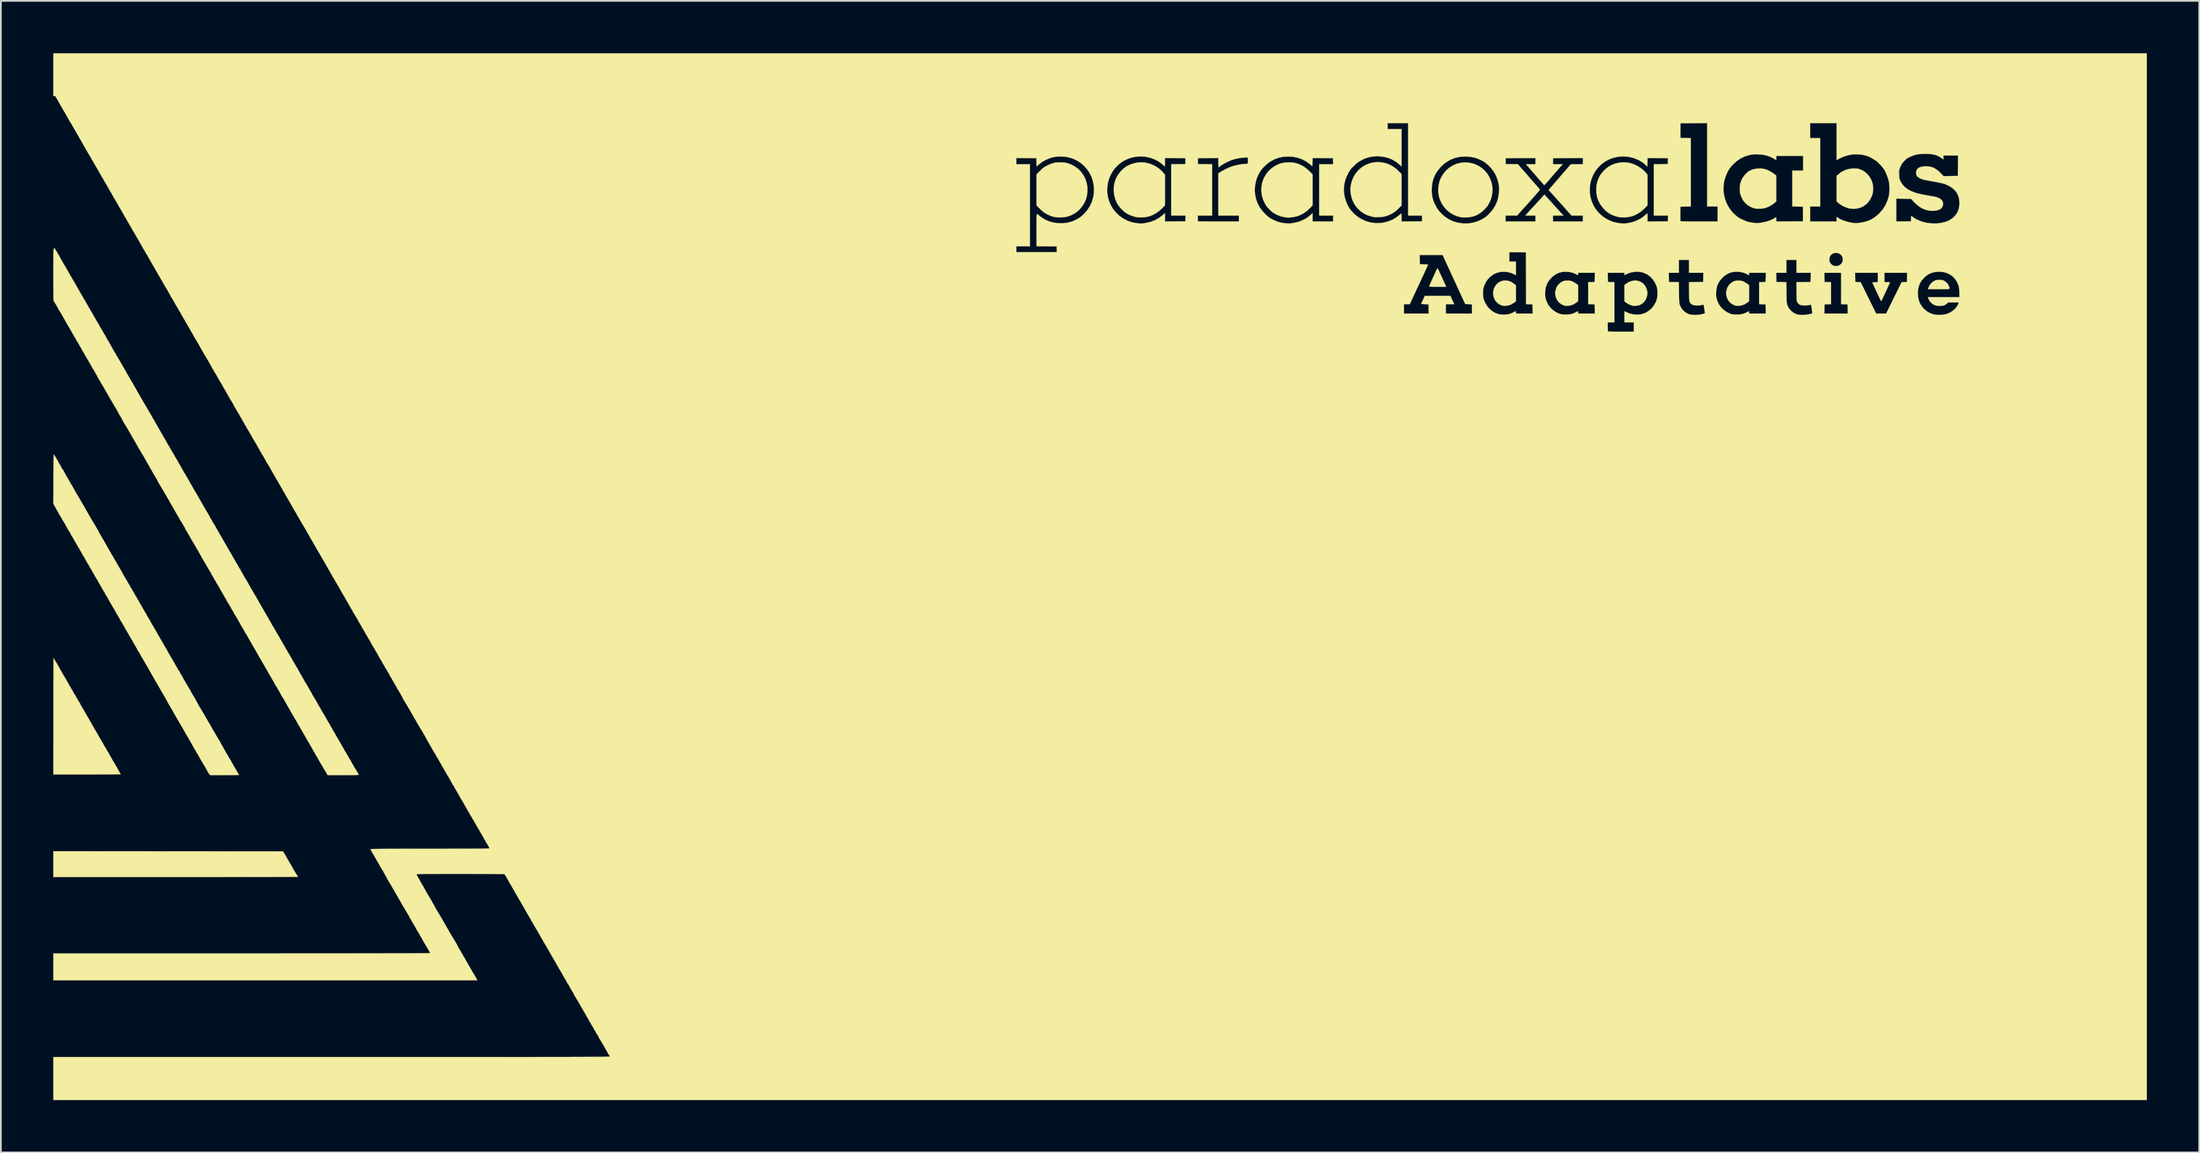
<source format=kicad_pcb>
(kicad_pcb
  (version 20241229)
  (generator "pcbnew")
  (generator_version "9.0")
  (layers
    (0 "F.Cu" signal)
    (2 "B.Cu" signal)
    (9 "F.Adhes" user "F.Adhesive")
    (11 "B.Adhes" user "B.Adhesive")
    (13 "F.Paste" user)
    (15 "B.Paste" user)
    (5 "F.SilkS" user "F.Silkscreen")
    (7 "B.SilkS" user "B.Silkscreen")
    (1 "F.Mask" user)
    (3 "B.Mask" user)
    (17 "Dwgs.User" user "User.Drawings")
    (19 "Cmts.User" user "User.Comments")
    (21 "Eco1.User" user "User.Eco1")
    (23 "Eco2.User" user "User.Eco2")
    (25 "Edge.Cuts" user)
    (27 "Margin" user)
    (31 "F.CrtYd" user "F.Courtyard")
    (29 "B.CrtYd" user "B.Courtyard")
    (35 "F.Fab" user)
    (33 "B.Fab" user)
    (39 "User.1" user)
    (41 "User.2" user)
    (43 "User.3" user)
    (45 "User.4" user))
  (footprint "logo adaptative"
    (layer "F.Cu")
    (at 59.959 29.981)
    (property "Reference" "logo adaptative" (at 0 0 0) (layer "F.SilkS") (effects (font (size 1.524 1.524) (thickness 0.3))))
    (attr through_hole)
    (fp_poly (pts (xy 30.736 -16.957) (xy 30.882 -16.923) (xy 31.015 -16.858) (xy 31.132 -16.765) (xy 31.228 -16.644) (xy 31.3 -16.497) (xy 31.337 -16.359) (xy 31.347 -16.201) (xy 31.322 -16.045) (xy 31.266 -15.897) (xy 31.181 -15.765) (xy 31.072 -15.654) (xy 30.941 -15.573) (xy 30.94 -15.573) (xy 30.826 -15.535) (xy 30.694 -15.516) (xy 30.562 -15.515) (xy 30.468 -15.529) (xy 30.366 -15.564) (xy 30.254 -15.619) (xy 30.149 -15.683) (xy 30.113 -15.71) (xy 30.036 -15.771) (xy 30.036 -16.703) (xy 30.113 -16.764) (xy 30.267 -16.865) (xy 30.425 -16.93) (xy 30.582 -16.96) (xy 30.736 -16.957)) (stroke (width 0.01) (type solid)) (fill yes) (layer "F.SilkS"))
    (fp_poly (pts (xy 23.364 -16.947) (xy 23.478 -16.913) (xy 23.579 -16.864) (xy 23.684 -16.793) (xy 23.718 -16.768) (xy 23.821 -16.686) (xy 23.821 -15.776) (xy 23.725 -15.702) (xy 23.575 -15.605) (xy 23.424 -15.545) (xy 23.265 -15.517) (xy 23.246 -15.516) (xy 23.134 -15.516) (xy 23.042 -15.526) (xy 23.012 -15.534) (xy 22.856 -15.606) (xy 22.727 -15.706) (xy 22.625 -15.835) (xy 22.593 -15.895) (xy 22.535 -16.051) (xy 22.512 -16.208) (xy 22.522 -16.359) (xy 22.56 -16.503) (xy 22.625 -16.634) (xy 22.713 -16.749) (xy 22.821 -16.843) (xy 22.946 -16.913) (xy 23.086 -16.955) (xy 23.237 -16.965) (xy 23.364 -16.947)) (stroke (width 0.01) (type solid)) (fill yes) (layer "F.SilkS"))
    (fp_poly (pts (xy 48.163 -16.995) (xy 48.227 -16.989) (xy 48.278 -16.976) (xy 48.33 -16.953) (xy 48.359 -16.937) (xy 48.478 -16.853) (xy 48.567 -16.746) (xy 48.622 -16.631) (xy 48.64 -16.586) (xy 48.653 -16.549) (xy 48.658 -16.521) (xy 48.651 -16.5) (xy 48.629 -16.486) (xy 48.587 -16.476) (xy 48.523 -16.47) (xy 48.431 -16.468) (xy 48.309 -16.467) (xy 48.154 -16.467) (xy 48.041 -16.467) (xy 47.42 -16.467) (xy 47.434 -16.512) (xy 47.498 -16.663) (xy 47.589 -16.792) (xy 47.7 -16.894) (xy 47.779 -16.941) (xy 47.841 -16.969) (xy 47.898 -16.986) (xy 47.962 -16.994) (xy 48.049 -16.997) (xy 48.072 -16.997) (xy 48.163 -16.995)) (stroke (width 0.01) (type solid)) (fill yes) (layer "F.SilkS"))
    (fp_poly (pts (xy 26.769 -16.956) (xy 26.865 -16.954) (xy 26.936 -16.946) (xy 26.996 -16.93) (xy 27.062 -16.903) (xy 27.067 -16.901) (xy 27.15 -16.857) (xy 27.236 -16.805) (xy 27.282 -16.772) (xy 27.378 -16.699) (xy 27.378 -15.776) (xy 27.282 -15.702) (xy 27.132 -15.605) (xy 26.982 -15.545) (xy 26.822 -15.517) (xy 26.803 -15.516) (xy 26.691 -15.516) (xy 26.6 -15.526) (xy 26.569 -15.534) (xy 26.414 -15.606) (xy 26.284 -15.707) (xy 26.183 -15.835) (xy 26.111 -15.989) (xy 26.078 -16.12) (xy 26.069 -16.28) (xy 26.095 -16.438) (xy 26.155 -16.587) (xy 26.243 -16.72) (xy 26.357 -16.83) (xy 26.479 -16.905) (xy 26.542 -16.931) (xy 26.6 -16.947) (xy 26.67 -16.954) (xy 26.764 -16.956) (xy 26.769 -16.956)) (stroke (width 0.01) (type solid)) (fill yes) (layer "F.SilkS"))
    (fp_poly (pts (xy 36.561 -16.956) (xy 36.657 -16.954) (xy 36.728 -16.946) (xy 36.789 -16.93) (xy 36.854 -16.903) (xy 36.859 -16.901) (xy 36.942 -16.857) (xy 37.028 -16.805) (xy 37.074 -16.772) (xy 37.171 -16.699) (xy 37.171 -15.776) (xy 37.074 -15.702) (xy 36.924 -15.605) (xy 36.774 -15.545) (xy 36.614 -15.517) (xy 36.595 -15.516) (xy 36.483 -15.516) (xy 36.392 -15.526) (xy 36.361 -15.534) (xy 36.206 -15.606) (xy 36.077 -15.707) (xy 35.975 -15.835) (xy 35.903 -15.989) (xy 35.87 -16.12) (xy 35.861 -16.28) (xy 35.888 -16.438) (xy 35.947 -16.587) (xy 36.036 -16.72) (xy 36.15 -16.83) (xy 36.271 -16.905) (xy 36.334 -16.931) (xy 36.393 -16.947) (xy 36.462 -16.954) (xy 36.556 -16.956) (xy 36.561 -16.956)) (stroke (width 0.01) (type solid)) (fill yes) (layer "F.SilkS"))
    (fp_poly (pts (xy 19.333 -17.657) (xy 19.358 -17.612) (xy 19.395 -17.541) (xy 19.44 -17.449) (xy 19.49 -17.341) (xy 19.508 -17.3) (xy 19.566 -17.174) (xy 19.623 -17.048) (xy 19.675 -16.933) (xy 19.719 -16.836) (xy 19.751 -16.766) (xy 19.753 -16.762) (xy 19.823 -16.607) (xy 19.333 -16.607) (xy 19.18 -16.607) (xy 19.063 -16.608) (xy 18.977 -16.609) (xy 18.918 -16.612) (xy 18.88 -16.616) (xy 18.86 -16.623) (xy 18.852 -16.631) (xy 18.854 -16.642) (xy 18.866 -16.673) (xy 18.892 -16.733) (xy 18.928 -16.816) (xy 18.973 -16.916) (xy 19.024 -17.029) (xy 19.077 -17.148) (xy 19.131 -17.266) (xy 19.183 -17.38) (xy 19.231 -17.482) (xy 19.271 -17.568) (xy 19.3 -17.631) (xy 19.318 -17.665) (xy 19.321 -17.67) (xy 19.333 -17.657)) (stroke (width 0.01) (type solid)) (fill yes) (layer "F.SilkS"))
    (fp_poly (pts (xy 2.503 -23.728) (xy 2.73 -23.688) (xy 2.954 -23.615) (xy 3.169 -23.511) (xy 3.368 -23.38) (xy 3.544 -23.223) (xy 3.631 -23.126) (xy 3.717 -23.02) (xy 3.717 -21.272) (xy 3.572 -21.121) (xy 3.384 -20.947) (xy 3.19 -20.808) (xy 2.982 -20.701) (xy 2.858 -20.654) (xy 2.697 -20.612) (xy 2.514 -20.585) (xy 2.327 -20.575) (xy 2.158 -20.583) (xy 2.014 -20.609) (xy 1.855 -20.655) (xy 1.697 -20.715) (xy 1.556 -20.785) (xy 1.549 -20.789) (xy 1.42 -20.877) (xy 1.288 -20.992) (xy 1.163 -21.124) (xy 1.053 -21.261) (xy 0.97 -21.393) (xy 0.964 -21.405) (xy 0.869 -21.633) (xy 0.808 -21.87) (xy 0.782 -22.111) (xy 0.791 -22.35) (xy 0.834 -22.582) (xy 0.911 -22.804) (xy 1.018 -23.002) (xy 1.173 -23.208) (xy 1.346 -23.38) (xy 1.54 -23.517) (xy 1.755 -23.621) (xy 1.991 -23.692) (xy 2.251 -23.73) (xy 2.278 -23.732) (xy 2.503 -23.728)) (stroke (width 0.01) (type solid)) (fill yes) (layer "F.SilkS"))
    (fp_poly (pts (xy 21.095 -23.717) (xy 21.336 -23.67) (xy 21.452 -23.633) (xy 21.67 -23.535) (xy 21.868 -23.405) (xy 22.042 -23.247) (xy 22.19 -23.066) (xy 22.309 -22.865) (xy 22.399 -22.647) (xy 22.455 -22.418) (xy 22.477 -22.18) (xy 22.464 -21.954) (xy 22.411 -21.701) (xy 22.323 -21.467) (xy 22.202 -21.253) (xy 22.047 -21.061) (xy 21.86 -20.891) (xy 21.642 -20.746) (xy 21.589 -20.718) (xy 21.45 -20.659) (xy 21.283 -20.614) (xy 21.102 -20.585) (xy 20.919 -20.573) (xy 20.744 -20.58) (xy 20.704 -20.584) (xy 20.472 -20.636) (xy 20.253 -20.724) (xy 20.051 -20.844) (xy 19.867 -20.993) (xy 19.707 -21.169) (xy 19.574 -21.368) (xy 19.47 -21.587) (xy 19.414 -21.763) (xy 19.375 -21.986) (xy 19.37 -22.219) (xy 19.397 -22.453) (xy 19.454 -22.677) (xy 19.528 -22.853) (xy 19.656 -23.069) (xy 19.811 -23.257) (xy 19.989 -23.415) (xy 20.186 -23.543) (xy 20.398 -23.638) (xy 20.623 -23.7) (xy 20.856 -23.727) (xy 21.095 -23.717)) (stroke (width 0.01) (type solid)) (fill yes) (layer "F.SilkS"))
    (fp_poly (pts (xy -46.793 15.738) (xy -46.762 15.798) (xy -46.733 15.851) (xy -46.693 15.917) (xy -46.677 15.943) (xy -46.64 16.003) (xy -46.611 16.056) (xy -46.602 16.073) (xy -46.577 16.121) (xy -46.544 16.175) (xy -46.543 16.177) (xy -46.505 16.238) (xy -46.473 16.297) (xy -46.439 16.359) (xy -46.404 16.417) (xy -46.345 16.51) (xy -46.301 16.587) (xy -46.269 16.647) (xy -46.204 16.765) (xy -46.121 16.906) (xy -46.03 17.051) (xy -45.99 17.114) (xy -45.959 17.165) (xy -45.945 17.193) (xy -45.944 17.195) (xy -45.964 17.196) (xy -46.022 17.197) (xy -46.117 17.198) (xy -46.248 17.199) (xy -46.414 17.199) (xy -46.612 17.2) (xy -46.841 17.201) (xy -47.101 17.201) (xy -47.389 17.202) (xy -47.704 17.203) (xy -48.045 17.203) (xy -48.41 17.204) (xy -48.798 17.204) (xy -49.207 17.205) (xy -49.636 17.205) (xy -50.084 17.205) (xy -50.549 17.206) (xy -51.03 17.206) (xy -51.524 17.206) (xy -52.032 17.206) (xy -52.551 17.206) (xy -52.948 17.206) (xy -59.953 17.206) (xy -59.953 15.728) (xy -46.793 15.738)) (stroke (width 0.01) (type solid)) (fill yes) (layer "F.SilkS"))
    (fp_poly (pts (xy 43.363 -23.375) (xy 43.441 -23.361) (xy 43.633 -23.289) (xy 43.805 -23.185) (xy 43.955 -23.052) (xy 44.081 -22.896) (xy 44.178 -22.72) (xy 44.245 -22.528) (xy 44.278 -22.324) (xy 44.278 -22.154) (xy 44.268 -22.046) (xy 44.254 -21.958) (xy 44.232 -21.878) (xy 44.199 -21.791) (xy 44.149 -21.684) (xy 44.149 -21.683) (xy 44.044 -21.507) (xy 43.912 -21.358) (xy 43.756 -21.238) (xy 43.58 -21.148) (xy 43.388 -21.091) (xy 43.183 -21.069) (xy 42.97 -21.083) (xy 42.949 -21.086) (xy 42.85 -21.11) (xy 42.735 -21.149) (xy 42.616 -21.199) (xy 42.504 -21.254) (xy 42.411 -21.309) (xy 42.354 -21.352) (xy 42.326 -21.377) (xy 42.28 -21.414) (xy 42.26 -21.43) (xy 42.187 -21.488) (xy 42.187 -22.958) (xy 42.279 -23.035) (xy 42.332 -23.08) (xy 42.375 -23.117) (xy 42.394 -23.133) (xy 42.438 -23.164) (xy 42.508 -23.204) (xy 42.593 -23.248) (xy 42.683 -23.288) (xy 42.767 -23.321) (xy 42.767 -23.321) (xy 42.866 -23.348) (xy 42.987 -23.367) (xy 43.119 -23.378) (xy 43.249 -23.381) (xy 43.363 -23.375)) (stroke (width 0.01) (type solid)) (fill yes) (layer "F.SilkS"))
    (fp_poly (pts (xy 30.219 -23.719) (xy 30.306 -23.704) (xy 30.528 -23.64) (xy 30.745 -23.544) (xy 30.949 -23.419) (xy 31.132 -23.271) (xy 31.269 -23.126) (xy 31.355 -23.02) (xy 31.355 -21.272) (xy 31.21 -21.121) (xy 31.022 -20.947) (xy 30.828 -20.808) (xy 30.62 -20.701) (xy 30.496 -20.654) (xy 30.335 -20.612) (xy 30.152 -20.585) (xy 29.965 -20.575) (xy 29.797 -20.583) (xy 29.652 -20.609) (xy 29.493 -20.655) (xy 29.335 -20.715) (xy 29.194 -20.785) (xy 29.187 -20.789) (xy 29.025 -20.903) (xy 28.871 -21.046) (xy 28.732 -21.211) (xy 28.614 -21.39) (xy 28.522 -21.575) (xy 28.465 -21.753) (xy 28.424 -22.012) (xy 28.421 -22.267) (xy 28.448 -22.478) (xy 28.477 -22.596) (xy 28.515 -22.716) (xy 28.559 -22.828) (xy 28.604 -22.918) (xy 28.621 -22.945) (xy 28.646 -22.986) (xy 28.657 -23.011) (xy 28.657 -23.011) (xy 28.669 -23.036) (xy 28.682 -23.052) (xy 28.71 -23.084) (xy 28.748 -23.132) (xy 28.757 -23.144) (xy 28.912 -23.316) (xy 29.092 -23.461) (xy 29.294 -23.577) (xy 29.513 -23.663) (xy 29.743 -23.716) (xy 29.98 -23.736) (xy 30.219 -23.719)) (stroke (width 0.01) (type solid)) (fill yes) (layer "F.SilkS"))
    (fp_poly (pts (xy 38 -23.361) (xy 38.05 -23.35) (xy 38.22 -23.295) (xy 38.394 -23.211) (xy 38.559 -23.105) (xy 38.594 -23.078) (xy 38.728 -22.972) (xy 38.729 -22.232) (xy 38.73 -21.492) (xy 38.665 -21.435) (xy 38.485 -21.298) (xy 38.29 -21.189) (xy 38.091 -21.114) (xy 38.08 -21.111) (xy 37.967 -21.089) (xy 37.835 -21.076) (xy 37.698 -21.073) (xy 37.573 -21.08) (xy 37.498 -21.092) (xy 37.344 -21.141) (xy 37.194 -21.215) (xy 37.058 -21.306) (xy 36.949 -21.408) (xy 36.924 -21.438) (xy 36.887 -21.485) (xy 36.855 -21.521) (xy 36.855 -21.521) (xy 36.827 -21.561) (xy 36.79 -21.627) (xy 36.751 -21.709) (xy 36.713 -21.795) (xy 36.682 -21.875) (xy 36.67 -21.913) (xy 36.654 -21.997) (xy 36.645 -22.107) (xy 36.643 -22.23) (xy 36.647 -22.353) (xy 36.658 -22.463) (xy 36.669 -22.522) (xy 36.73 -22.701) (xy 36.82 -22.871) (xy 36.932 -23.019) (xy 36.961 -23.049) (xy 37.043 -23.13) (xy 37.102 -23.184) (xy 37.14 -23.214) (xy 37.159 -23.222) (xy 37.18 -23.231) (xy 37.223 -23.254) (xy 37.245 -23.267) (xy 37.365 -23.32) (xy 37.511 -23.357) (xy 37.673 -23.377) (xy 37.839 -23.379) (xy 38 -23.361)) (stroke (width 0.01) (type solid)) (fill yes) (layer "F.SilkS"))
    (fp_poly (pts (xy -2.151 -23.728) (xy -2.051 -23.721) (xy -1.965 -23.708) (xy -1.878 -23.687) (xy -1.87 -23.685) (xy -1.634 -23.598) (xy -1.422 -23.481) (xy -1.234 -23.337) (xy -1.074 -23.169) (xy -0.941 -22.979) (xy -0.838 -22.771) (xy -0.766 -22.548) (xy -0.727 -22.314) (xy -0.723 -22.07) (xy -0.754 -21.821) (xy -0.807 -21.618) (xy -0.869 -21.468) (xy -0.96 -21.309) (xy -1.072 -21.152) (xy -1.197 -21.009) (xy -1.334 -20.89) (xy -1.496 -20.783) (xy -1.672 -20.695) (xy -1.851 -20.631) (xy -2.022 -20.596) (xy -2.028 -20.595) (xy -2.143 -20.584) (xy -2.229 -20.577) (xy -2.299 -20.574) (xy -2.363 -20.576) (xy -2.435 -20.582) (xy -2.458 -20.584) (xy -2.589 -20.6) (xy -2.698 -20.622) (xy -2.801 -20.654) (xy -2.911 -20.7) (xy -3.008 -20.748) (xy -3.111 -20.802) (xy -3.198 -20.856) (xy -3.277 -20.915) (xy -3.361 -20.988) (xy -3.46 -21.084) (xy -3.462 -21.087) (xy -3.637 -21.261) (xy -3.637 -23.049) (xy -3.432 -23.25) (xy -3.343 -23.336) (xy -3.272 -23.4) (xy -3.206 -23.449) (xy -3.137 -23.492) (xy -3.054 -23.536) (xy -3.018 -23.554) (xy -2.867 -23.624) (xy -2.736 -23.673) (xy -2.612 -23.706) (xy -2.483 -23.724) (xy -2.336 -23.73) (xy -2.278 -23.73) (xy -2.151 -23.728)) (stroke (width 0.01) (type solid)) (fill yes) (layer "F.SilkS"))
    (fp_poly (pts (xy 11.011 -23.722) (xy 11.154 -23.701) (xy 11.212 -23.687) (xy 11.434 -23.61) (xy 11.632 -23.51) (xy 11.816 -23.382) (xy 11.995 -23.22) (xy 12.006 -23.209) (xy 12.17 -23.042) (xy 12.17 -21.269) (xy 12.05 -21.137) (xy 11.863 -20.96) (xy 11.654 -20.812) (xy 11.431 -20.697) (xy 11.28 -20.642) (xy 11.224 -20.628) (xy 11.144 -20.613) (xy 11.051 -20.597) (xy 10.956 -20.584) (xy 10.868 -20.573) (xy 10.798 -20.567) (xy 10.755 -20.566) (xy 10.752 -20.567) (xy 10.728 -20.57) (xy 10.676 -20.577) (xy 10.607 -20.585) (xy 10.607 -20.585) (xy 10.379 -20.63) (xy 10.157 -20.712) (xy 10.002 -20.793) (xy 9.935 -20.834) (xy 9.883 -20.87) (xy 9.835 -20.908) (xy 9.781 -20.958) (xy 9.71 -21.028) (xy 9.704 -21.035) (xy 9.629 -21.111) (xy 9.575 -21.169) (xy 9.534 -21.221) (xy 9.497 -21.276) (xy 9.456 -21.347) (xy 9.438 -21.378) (xy 9.337 -21.598) (xy 9.27 -21.831) (xy 9.239 -22.071) (xy 9.243 -22.312) (xy 9.282 -22.548) (xy 9.357 -22.774) (xy 9.382 -22.83) (xy 9.509 -23.052) (xy 9.664 -23.246) (xy 9.846 -23.411) (xy 10.054 -23.546) (xy 10.284 -23.649) (xy 10.398 -23.685) (xy 10.53 -23.712) (xy 10.686 -23.727) (xy 10.851 -23.73) (xy 11.011 -23.722)) (stroke (width 0.01) (type solid)) (fill yes) (layer "F.SilkS"))
    (fp_poly (pts (xy 16.205 -23.72) (xy 16.377 -23.679) (xy 16.59 -23.598) (xy 16.79 -23.487) (xy 16.98 -23.342) (xy 17.112 -23.218) (xy 17.266 -23.06) (xy 17.266 -21.259) (xy 17.112 -21.106) (xy 17.044 -21.04) (xy 16.983 -20.982) (xy 16.937 -20.94) (xy 16.917 -20.923) (xy 16.877 -20.895) (xy 16.821 -20.859) (xy 16.757 -20.82) (xy 16.695 -20.784) (xy 16.647 -20.756) (xy 16.62 -20.744) (xy 16.619 -20.744) (xy 16.595 -20.736) (xy 16.548 -20.717) (xy 16.522 -20.705) (xy 16.376 -20.65) (xy 16.212 -20.615) (xy 16.021 -20.596) (xy 15.967 -20.594) (xy 15.872 -20.591) (xy 15.788 -20.591) (xy 15.726 -20.593) (xy 15.698 -20.596) (xy 15.659 -20.605) (xy 15.594 -20.62) (xy 15.519 -20.637) (xy 15.518 -20.637) (xy 15.299 -20.707) (xy 15.094 -20.811) (xy 14.906 -20.946) (xy 14.739 -21.107) (xy 14.597 -21.29) (xy 14.485 -21.492) (xy 14.407 -21.707) (xy 14.389 -21.78) (xy 14.359 -21.939) (xy 14.341 -22.071) (xy 14.337 -22.189) (xy 14.344 -22.303) (xy 14.358 -22.396) (xy 14.415 -22.641) (xy 14.499 -22.859) (xy 14.612 -23.057) (xy 14.758 -23.239) (xy 14.861 -23.342) (xy 15.051 -23.491) (xy 15.26 -23.607) (xy 15.484 -23.689) (xy 15.719 -23.736) (xy 15.96 -23.747) (xy 16.205 -23.72)) (stroke (width 0.01) (type solid)) (fill yes) (layer "F.SilkS"))
    (fp_poly (pts (xy -59.939 4.673) (xy -59.921 4.713) (xy -59.901 4.73) (xy -59.876 4.755) (xy -59.873 4.767) (xy -59.862 4.799) (xy -59.835 4.85) (xy -59.799 4.908) (xy -59.761 4.961) (xy -59.753 4.97) (xy -59.735 5.002) (xy -59.733 5.013) (xy -59.719 5.04) (xy -59.703 5.056) (xy -59.677 5.094) (xy -59.673 5.115) (xy -59.659 5.154) (xy -59.633 5.186) (xy -59.603 5.226) (xy -59.593 5.258) (xy -59.582 5.295) (xy -59.571 5.307) (xy -59.548 5.333) (xy -59.522 5.379) (xy -59.52 5.383) (xy -59.488 5.446) (xy -59.453 5.506) (xy -59.416 5.567) (xy -59.385 5.626) (xy -59.352 5.686) (xy -59.319 5.735) (xy -59.283 5.789) (xy -59.249 5.851) (xy -59.246 5.855) (xy -59.215 5.914) (xy -59.175 5.985) (xy -59.152 6.025) (xy -59.116 6.088) (xy -59.085 6.141) (xy -59.073 6.165) (xy -59.046 6.215) (xy -59.016 6.264) (xy -58.994 6.295) (xy -58.994 6.295) (xy -58.979 6.318) (xy -58.955 6.362) (xy -58.949 6.375) (xy -58.906 6.455) (xy -58.871 6.512) (xy -58.85 6.535) (xy -58.836 6.56) (xy -58.823 6.6) (xy -58.809 6.64) (xy -58.796 6.655) (xy -58.78 6.671) (xy -58.754 6.711) (xy -58.744 6.73) (xy -58.713 6.786) (xy -58.671 6.859) (xy -58.628 6.933) (xy -58.587 7.002) (xy -58.553 7.064) (xy -58.533 7.106) (xy -58.533 7.107) (xy -58.513 7.143) (xy -58.497 7.154) (xy -58.479 7.171) (xy -58.466 7.204) (xy -58.45 7.242) (xy -58.434 7.254) (xy -58.417 7.271) (xy -58.414 7.29) (xy -58.401 7.333) (xy -58.379 7.365) (xy -58.351 7.404) (xy -58.316 7.464) (xy -58.287 7.518) (xy -58.253 7.582) (xy -58.221 7.632) (xy -58.202 7.656) (xy -58.178 7.695) (xy -58.174 7.715) (xy -58.164 7.753) (xy -58.153 7.765) (xy -58.128 7.792) (xy -58.113 7.821) (xy -58.09 7.864) (xy -58.057 7.922) (xy -58.044 7.944) (xy -58.012 8) (xy -57.988 8.046) (xy -57.982 8.059) (xy -57.964 8.088) (xy -57.953 8.094) (xy -57.936 8.11) (xy -57.923 8.139) (xy -57.905 8.18) (xy -57.872 8.239) (xy -57.845 8.283) (xy -57.809 8.344) (xy -57.78 8.395) (xy -57.769 8.418) (xy -57.752 8.453) (xy -57.72 8.508) (xy -57.685 8.564) (xy -57.649 8.624) (xy -57.623 8.674) (xy -57.615 8.7) (xy -57.601 8.733) (xy -57.578 8.76) (xy -57.549 8.797) (xy -57.514 8.855) (xy -57.495 8.893) (xy -57.466 8.948) (xy -57.442 8.984) (xy -57.431 8.993) (xy -57.418 9.01) (xy -57.415 9.03) (xy -57.4 9.075) (xy -57.385 9.093) (xy -57.36 9.12) (xy -57.355 9.132) (xy -57.345 9.153) (xy -57.318 9.202) (xy -57.278 9.272) (xy -57.229 9.356) (xy -57.212 9.384) (xy -57.16 9.473) (xy -57.114 9.552) (xy -57.08 9.612) (xy -57.061 9.648) (xy -57.06 9.652) (xy -57.038 9.694) (xy -57.024 9.712) (xy -57.002 9.746) (xy -56.969 9.801) (xy -56.942 9.848) (xy -56.898 9.93) (xy -56.867 9.985) (xy -56.846 10.02) (xy -56.829 10.045) (xy -56.811 10.065) (xy -56.808 10.069) (xy -56.782 10.109) (xy -56.775 10.136) (xy -56.761 10.174) (xy -56.745 10.192) (xy -56.72 10.224) (xy -56.715 10.241) (xy -56.704 10.27) (xy -56.676 10.316) (xy -56.664 10.333) (xy -56.622 10.398) (xy -56.586 10.468) (xy -56.582 10.477) (xy -56.559 10.524) (xy -56.538 10.55) (xy -56.533 10.552) (xy -56.517 10.568) (xy -56.516 10.58) (xy -56.502 10.618) (xy -56.49 10.635) (xy -56.464 10.67) (xy -56.434 10.722) (xy -56.429 10.732) (xy -56.394 10.797) (xy -56.357 10.859) (xy -56.355 10.861) (xy -56.318 10.923) (xy -56.287 10.981) (xy -56.25 11.052) (xy -56.209 11.127) (xy -56.169 11.196) (xy -56.136 11.251) (xy -56.115 11.28) (xy -56.115 11.28) (xy -56.097 11.308) (xy -56.096 11.315) (xy -56.115 11.317) (xy -56.172 11.32) (xy -56.263 11.322) (xy -56.387 11.324) (xy -56.539 11.325) (xy -56.717 11.327) (xy -56.919 11.328) (xy -57.142 11.329) (xy -57.384 11.33) (xy -57.64 11.331) (xy -57.91 11.331) (xy -58.024 11.331) (xy -59.953 11.331) (xy -59.95 7.979) (xy -59.95 7.617) (xy -59.949 7.266) (xy -59.949 6.929) (xy -59.948 6.608) (xy -59.948 6.303) (xy -59.947 6.019) (xy -59.946 5.756) (xy -59.945 5.517) (xy -59.944 5.303) (xy -59.943 5.117) (xy -59.942 4.96) (xy -59.942 4.836) (xy -59.941 4.745) (xy -59.94 4.69) (xy -59.939 4.672) (xy -59.939 4.673)) (stroke (width 0.01) (type solid)) (fill yes) (layer "F.SilkS"))
    (fp_poly (pts (xy -59.919 -6.993) (xy -59.892 -6.943) (xy -59.87 -6.913) (xy -59.843 -6.877) (xy -59.812 -6.824) (xy -59.807 -6.815) (xy -59.758 -6.723) (xy -59.722 -6.663) (xy -59.695 -6.629) (xy -59.675 -6.594) (xy -59.673 -6.582) (xy -59.662 -6.552) (xy -59.636 -6.502) (xy -59.601 -6.445) (xy -59.564 -6.394) (xy -59.556 -6.383) (xy -59.536 -6.348) (xy -59.523 -6.314) (xy -59.501 -6.266) (xy -59.466 -6.207) (xy -59.429 -6.154) (xy -59.413 -6.135) (xy -59.399 -6.113) (xy -59.373 -6.068) (xy -59.355 -6.035) (xy -59.295 -5.922) (xy -59.25 -5.838) (xy -59.215 -5.777) (xy -59.188 -5.73) (xy -59.173 -5.706) (xy -59.138 -5.648) (xy -59.101 -5.58) (xy -59.093 -5.566) (xy -59.057 -5.5) (xy -59.02 -5.437) (xy -59.013 -5.426) (xy -58.983 -5.377) (xy -58.962 -5.338) (xy -58.961 -5.336) (xy -58.94 -5.298) (xy -58.912 -5.255) (xy -58.881 -5.207) (xy -58.844 -5.143) (xy -58.829 -5.115) (xy -58.765 -4.999) (xy -58.71 -4.899) (xy -58.657 -4.806) (xy -58.599 -4.707) (xy -58.531 -4.592) (xy -58.487 -4.519) (xy -58.43 -4.423) (xy -58.38 -4.34) (xy -58.343 -4.275) (xy -58.32 -4.235) (xy -58.314 -4.223) (xy -58.304 -4.203) (xy -58.278 -4.16) (xy -58.244 -4.105) (xy -58.208 -4.048) (xy -58.183 -4.006) (xy -58.174 -3.989) (xy -58.165 -3.97) (xy -58.139 -3.923) (xy -58.101 -3.855) (xy -58.053 -3.773) (xy -58.044 -3.757) (xy -57.996 -3.673) (xy -57.956 -3.602) (xy -57.927 -3.551) (xy -57.915 -3.526) (xy -57.914 -3.525) (xy -57.905 -3.506) (xy -57.879 -3.461) (xy -57.842 -3.399) (xy -57.827 -3.373) (xy -57.71 -3.179) (xy -57.612 -3.016) (xy -57.532 -2.881) (xy -57.468 -2.771) (xy -57.417 -2.682) (xy -57.379 -2.612) (xy -57.361 -2.579) (xy -57.319 -2.5) (xy -57.277 -2.422) (xy -57.245 -2.368) (xy -57.203 -2.297) (xy -57.16 -2.22) (xy -57.152 -2.203) (xy -57.123 -2.154) (xy -57.101 -2.123) (xy -57.094 -2.118) (xy -57.078 -2.102) (xy -57.068 -2.073) (xy -57.051 -2.033) (xy -57.019 -1.974) (xy -56.986 -1.922) (xy -56.949 -1.864) (xy -56.924 -1.819) (xy -56.915 -1.798) (xy -56.905 -1.772) (xy -56.879 -1.727) (xy -56.864 -1.705) (xy -56.823 -1.639) (xy -56.786 -1.572) (xy -56.779 -1.559) (xy -56.749 -1.502) (xy -56.707 -1.431) (xy -56.681 -1.389) (xy -56.646 -1.332) (xy -56.622 -1.287) (xy -56.615 -1.267) (xy -56.602 -1.236) (xy -56.587 -1.22) (xy -56.561 -1.189) (xy -56.53 -1.137) (xy -56.517 -1.113) (xy -56.479 -1.039) (xy -56.435 -0.964) (xy -56.426 -0.949) (xy -56.388 -0.886) (xy -56.354 -0.824) (xy -56.346 -0.809) (xy -56.312 -0.748) (xy -56.276 -0.689) (xy -56.243 -0.636) (xy -56.218 -0.589) (xy -56.218 -0.587) (xy -56.197 -0.549) (xy -56.163 -0.49) (xy -56.127 -0.433) (xy -56.091 -0.376) (xy -56.065 -0.332) (xy -56.056 -0.314) (xy -56.047 -0.294) (xy -56.022 -0.249) (xy -55.988 -0.186) (xy -55.948 -0.115) (xy -55.908 -0.043) (xy -55.872 0.02) (xy -55.844 0.066) (xy -55.836 0.08) (xy -55.811 0.124) (xy -55.798 0.151) (xy -55.768 0.197) (xy -55.748 0.218) (xy -55.722 0.253) (xy -55.716 0.273) (xy -55.714 0.29) (xy -55.705 0.312) (xy -55.684 0.348) (xy -55.648 0.402) (xy -55.6 0.474) (xy -55.571 0.523) (xy -55.557 0.563) (xy -55.556 0.569) (xy -55.548 0.596) (xy -55.541 0.6) (xy -55.524 0.616) (xy -55.496 0.657) (xy -55.476 0.693) (xy -55.435 0.768) (xy -55.39 0.844) (xy -55.374 0.868) (xy -55.333 0.938) (xy -55.29 1.017) (xy -55.276 1.044) (xy -55.243 1.106) (xy -55.21 1.157) (xy -55.196 1.175) (xy -55.166 1.222) (xy -55.149 1.265) (xy -55.133 1.304) (xy -55.116 1.319) (xy -55.097 1.332) (xy -55.097 1.335) (xy -55.087 1.361) (xy -55.062 1.411) (xy -55.027 1.476) (xy -54.987 1.545) (xy -54.947 1.611) (xy -54.936 1.629) (xy -54.898 1.69) (xy -54.866 1.749) (xy -54.833 1.811) (xy -54.8 1.869) (xy -54.769 1.921) (xy -54.73 1.989) (xy -54.708 2.028) (xy -54.673 2.09) (xy -54.64 2.14) (xy -54.625 2.16) (xy -54.602 2.201) (xy -54.597 2.224) (xy -54.586 2.259) (xy -54.577 2.268) (xy -54.557 2.292) (xy -54.523 2.345) (xy -54.476 2.423) (xy -54.421 2.52) (xy -54.36 2.631) (xy -54.334 2.68) (xy -54.301 2.739) (xy -54.273 2.786) (xy -54.261 2.804) (xy -54.241 2.834) (xy -54.21 2.886) (xy -54.186 2.928) (xy -54.148 2.996) (xy -54.111 3.06) (xy -54.095 3.088) (xy -54.059 3.15) (xy -54.027 3.207) (xy -53.997 3.263) (xy -53.959 3.329) (xy -53.948 3.347) (xy -53.91 3.411) (xy -53.876 3.473) (xy -53.868 3.487) (xy -53.834 3.548) (xy -53.798 3.607) (xy -53.767 3.656) (xy -53.746 3.695) (xy -53.745 3.697) (xy -53.727 3.729) (xy -53.695 3.782) (xy -53.664 3.832) (xy -53.629 3.89) (xy -53.605 3.934) (xy -53.598 3.953) (xy -53.587 3.976) (xy -53.56 4.022) (xy -53.522 4.082) (xy -53.518 4.087) (xy -53.479 4.148) (xy -53.451 4.197) (xy -53.439 4.223) (xy -53.438 4.224) (xy -53.428 4.247) (xy -53.402 4.297) (xy -53.364 4.363) (xy -53.338 4.407) (xy -53.295 4.48) (xy -53.261 4.542) (xy -53.241 4.583) (xy -53.238 4.594) (xy -53.227 4.615) (xy -53.222 4.616) (xy -53.204 4.633) (xy -53.177 4.674) (xy -53.162 4.701) (xy -53.125 4.77) (xy -53.081 4.848) (xy -53.059 4.886) (xy -53.02 4.954) (xy -52.984 5.017) (xy -52.969 5.046) (xy -52.935 5.107) (xy -52.899 5.166) (xy -52.865 5.222) (xy -52.838 5.275) (xy -52.837 5.275) (xy -52.817 5.316) (xy -52.802 5.335) (xy -52.779 5.365) (xy -52.74 5.43) (xy -52.699 5.506) (xy -52.668 5.56) (xy -52.628 5.625) (xy -52.612 5.652) (xy -52.575 5.713) (xy -52.545 5.77) (xy -52.537 5.79) (xy -52.514 5.837) (xy -52.478 5.898) (xy -52.458 5.929) (xy -52.425 5.982) (xy -52.403 6.022) (xy -52.399 6.035) (xy -52.387 6.063) (xy -52.374 6.08) (xy -52.348 6.115) (xy -52.317 6.166) (xy -52.311 6.176) (xy -52.252 6.284) (xy -52.208 6.361) (xy -52.177 6.414) (xy -52.154 6.447) (xy -52.146 6.456) (xy -52.124 6.489) (xy -52.119 6.503) (xy -52.11 6.526) (xy -52.084 6.574) (xy -52.049 6.638) (xy -52.007 6.711) (xy -51.965 6.783) (xy -51.927 6.846) (xy -51.921 6.854) (xy -51.874 6.931) (xy -51.818 7.029) (xy -51.759 7.135) (xy -51.705 7.235) (xy -51.68 7.284) (xy -51.638 7.367) (xy -51.603 7.429) (xy -51.567 7.486) (xy -51.524 7.548) (xy -51.496 7.591) (xy -51.48 7.62) (xy -51.479 7.623) (xy -51.47 7.644) (xy -51.443 7.69) (xy -51.404 7.754) (xy -51.38 7.794) (xy -51.336 7.864) (xy -51.302 7.921) (xy -51.283 7.956) (xy -51.28 7.963) (xy -51.27 7.984) (xy -51.244 8.029) (xy -51.208 8.09) (xy -51.2 8.104) (xy -51.162 8.167) (xy -51.133 8.216) (xy -51.12 8.242) (xy -51.12 8.243) (xy -51.11 8.264) (xy -51.084 8.308) (xy -51.05 8.362) (xy -51.014 8.419) (xy -50.989 8.462) (xy -50.98 8.48) (xy -50.97 8.499) (xy -50.944 8.546) (xy -50.906 8.615) (xy -50.858 8.698) (xy -50.847 8.716) (xy -50.788 8.817) (xy -50.728 8.921) (xy -50.674 9.014) (xy -50.635 9.081) (xy -50.582 9.171) (xy -50.521 9.272) (xy -50.469 9.355) (xy -50.426 9.426) (xy -50.391 9.49) (xy -50.371 9.535) (xy -50.369 9.541) (xy -50.349 9.588) (xy -50.329 9.613) (xy -50.305 9.644) (xy -50.275 9.696) (xy -50.258 9.729) (xy -50.221 9.8) (xy -50.175 9.882) (xy -50.147 9.928) (xy -50.112 9.986) (xy -50.088 10.031) (xy -50.081 10.051) (xy -50.068 10.08) (xy -50.056 10.097) (xy -50.03 10.132) (xy -49.998 10.183) (xy -49.993 10.193) (xy -49.93 10.307) (xy -49.882 10.392) (xy -49.845 10.451) (xy -49.818 10.489) (xy -49.791 10.529) (xy -49.781 10.555) (xy -49.771 10.581) (xy -49.746 10.627) (xy -49.734 10.647) (xy -49.699 10.705) (xy -49.655 10.78) (xy -49.621 10.841) (xy -49.586 10.903) (xy -49.558 10.95) (xy -49.543 10.971) (xy -49.543 10.971) (xy -49.528 10.994) (xy -49.502 11.04) (xy -49.482 11.079) (xy -49.45 11.138) (xy -49.423 11.183) (xy -49.412 11.199) (xy -49.388 11.232) (xy -49.362 11.28) (xy -49.362 11.281) (xy -49.339 11.327) (xy -49.326 11.355) (xy -49.325 11.356) (xy -49.343 11.359) (xy -49.396 11.362) (xy -49.482 11.365) (xy -49.595 11.367) (xy -49.731 11.369) (xy -49.887 11.37) (xy -50.058 11.371) (xy -50.145 11.371) (xy -50.973 11.371) (xy -51.011 11.326) (xy -51.048 11.278) (xy -51.072 11.241) (xy -51.092 11.203) (xy -51.125 11.144) (xy -51.16 11.081) (xy -51.199 11.012) (xy -51.234 10.949) (xy -51.254 10.911) (xy -51.285 10.858) (xy -51.32 10.801) (xy -51.354 10.747) (xy -51.394 10.679) (xy -51.409 10.652) (xy -51.449 10.582) (xy -51.49 10.513) (xy -51.503 10.492) (xy -51.541 10.427) (xy -51.581 10.355) (xy -51.588 10.342) (xy -51.623 10.28) (xy -51.656 10.224) (xy -51.663 10.212) (xy -51.703 10.146) (xy -51.747 10.072) (xy -51.786 10.002) (xy -51.813 9.95) (xy -51.817 9.941) (xy -51.847 9.895) (xy -51.867 9.874) (xy -51.894 9.835) (xy -51.899 9.811) (xy -51.91 9.773) (xy -51.92 9.762) (xy -51.945 9.734) (xy -51.961 9.705) (xy -51.982 9.664) (xy -52.015 9.605) (xy -52.039 9.562) (xy -52.075 9.5) (xy -52.105 9.446) (xy -52.118 9.423) (xy -52.14 9.383) (xy -52.173 9.325) (xy -52.194 9.289) (xy -52.292 9.123) (xy -52.372 8.985) (xy -52.439 8.869) (xy -52.496 8.77) (xy -52.545 8.682) (xy -52.592 8.599) (xy -52.6 8.583) (xy -52.64 8.515) (xy -52.687 8.441) (xy -52.701 8.42) (xy -52.735 8.365) (xy -52.755 8.32) (xy -52.758 8.305) (xy -52.768 8.277) (xy -52.777 8.273) (xy -52.797 8.257) (xy -52.81 8.229) (xy -52.826 8.189) (xy -52.838 8.174) (xy -52.854 8.152) (xy -52.883 8.106) (xy -52.919 8.044) (xy -52.919 8.044) (xy -52.958 7.974) (xy -52.992 7.912) (xy -53.013 7.874) (xy -53.039 7.828) (xy -53.076 7.765) (xy -53.1 7.724) (xy -53.134 7.663) (xy -53.16 7.611) (xy -53.17 7.589) (xy -53.189 7.56) (xy -53.2 7.554) (xy -53.216 7.538) (xy -53.218 7.526) (xy -53.229 7.496) (xy -53.256 7.445) (xy -53.285 7.401) (xy -53.328 7.332) (xy -53.378 7.246) (xy -53.42 7.164) (xy -53.457 7.092) (xy -53.508 6.998) (xy -53.567 6.893) (xy -53.626 6.791) (xy -53.628 6.789) (xy -53.683 6.695) (xy -53.735 6.607) (xy -53.778 6.534) (xy -53.807 6.484) (xy -53.809 6.479) (xy -53.832 6.44) (xy -53.871 6.372) (xy -53.922 6.283) (xy -53.983 6.178) (xy -54.049 6.064) (xy -54.069 6.03) (xy -54.138 5.912) (xy -54.203 5.798) (xy -54.262 5.696) (xy -54.31 5.613) (xy -54.342 5.555) (xy -54.347 5.546) (xy -54.385 5.477) (xy -54.421 5.414) (xy -54.44 5.381) (xy -54.468 5.331) (xy -54.505 5.265) (xy -54.527 5.226) (xy -54.565 5.157) (xy -54.614 5.073) (xy -54.663 4.99) (xy -54.664 4.989) (xy -54.713 4.906) (xy -54.764 4.82) (xy -54.804 4.75) (xy -54.804 4.749) (xy -54.839 4.688) (xy -54.871 4.638) (xy -54.887 4.616) (xy -54.912 4.578) (xy -54.941 4.525) (xy -54.945 4.516) (xy -54.972 4.461) (xy -55.007 4.396) (xy -55.043 4.333) (xy -55.075 4.283) (xy -55.094 4.257) (xy -55.095 4.257) (xy -55.11 4.234) (xy -55.135 4.189) (xy -55.141 4.177) (xy -55.174 4.113) (xy -55.213 4.043) (xy -55.223 4.027) (xy -55.275 3.937) (xy -55.331 3.839) (xy -55.383 3.747) (xy -55.416 3.687) (xy -55.447 3.632) (xy -55.487 3.566) (xy -55.499 3.547) (xy -55.54 3.481) (xy -55.579 3.413) (xy -55.624 3.328) (xy -55.65 3.277) (xy -55.677 3.231) (xy -55.698 3.203) (xy -55.701 3.201) (xy -55.716 3.178) (xy -55.716 3.172) (xy -55.728 3.141) (xy -55.744 3.119) (xy -55.766 3.089) (xy -55.798 3.037) (xy -55.842 2.959) (xy -55.901 2.852) (xy -55.946 2.768) (xy -55.991 2.687) (xy -56.041 2.605) (xy -56.073 2.555) (xy -56.107 2.502) (xy -56.13 2.464) (xy -56.136 2.45) (xy -56.145 2.428) (xy -56.171 2.383) (xy -56.2 2.335) (xy -56.246 2.258) (xy -56.293 2.175) (xy -56.314 2.136) (xy -56.346 2.078) (xy -56.392 1.999) (xy -56.444 1.908) (xy -56.486 1.838) (xy -56.619 1.613) (xy -56.733 1.415) (xy -56.828 1.246) (xy -56.867 1.174) (xy -56.904 1.11) (xy -56.935 1.062) (xy -56.955 1.04) (xy -56.958 1.039) (xy -56.972 1.022) (xy -56.975 1.001) (xy -56.988 0.954) (xy -57 0.935) (xy -57.037 0.887) (xy -57.079 0.817) (xy -57.115 0.749) (xy -57.151 0.683) (xy -57.188 0.621) (xy -57.195 0.61) (xy -57.232 0.548) (xy -57.264 0.49) (xy -57.298 0.428) (xy -57.334 0.37) (xy -57.371 0.309) (xy -57.406 0.243) (xy -57.408 0.24) (xy -57.437 0.186) (xy -57.479 0.115) (xy -57.518 0.054) (xy -57.557 -0.007) (xy -57.584 -0.055) (xy -57.595 -0.08) (xy -57.595 -0.08) (xy -57.605 -0.106) (xy -57.631 -0.151) (xy -57.646 -0.174) (xy -57.687 -0.239) (xy -57.723 -0.306) (xy -57.73 -0.319) (xy -57.761 -0.377) (xy -57.803 -0.447) (xy -57.829 -0.484) (xy -57.865 -0.541) (xy -57.888 -0.587) (xy -57.894 -0.607) (xy -57.909 -0.642) (xy -57.924 -0.659) (xy -57.95 -0.694) (xy -57.954 -0.712) (xy -57.965 -0.737) (xy -57.972 -0.739) (xy -57.992 -0.756) (xy -58.001 -0.774) (xy -58.017 -0.81) (xy -58.047 -0.866) (xy -58.073 -0.909) (xy -58.112 -0.976) (xy -58.148 -1.04) (xy -58.163 -1.069) (xy -58.197 -1.13) (xy -58.234 -1.189) (xy -58.27 -1.247) (xy -58.307 -1.315) (xy -58.314 -1.329) (xy -58.349 -1.395) (xy -58.386 -1.458) (xy -58.393 -1.469) (xy -58.43 -1.53) (xy -58.466 -1.596) (xy -58.467 -1.599) (xy -58.493 -1.646) (xy -58.512 -1.676) (xy -58.515 -1.679) (xy -58.53 -1.7) (xy -58.558 -1.747) (xy -58.594 -1.812) (xy -58.603 -1.829) (xy -58.642 -1.899) (xy -58.678 -1.959) (xy -58.703 -1.997) (xy -58.706 -2) (xy -58.729 -2.032) (xy -58.734 -2.045) (xy -58.743 -2.069) (xy -58.769 -2.118) (xy -58.804 -2.18) (xy -58.844 -2.249) (xy -58.882 -2.313) (xy -58.915 -2.364) (xy -58.935 -2.392) (xy -58.939 -2.395) (xy -58.952 -2.418) (xy -58.954 -2.431) (xy -58.966 -2.472) (xy -58.974 -2.484) (xy -58.995 -2.513) (xy -59.029 -2.569) (xy -59.073 -2.64) (xy -59.12 -2.719) (xy -59.165 -2.797) (xy -59.202 -2.863) (xy -59.221 -2.898) (xy -59.295 -3.037) (xy -59.361 -3.148) (xy -59.405 -3.211) (xy -59.436 -3.259) (xy -59.452 -3.297) (xy -59.453 -3.304) (xy -59.467 -3.34) (xy -59.483 -3.357) (xy -59.508 -3.386) (xy -59.513 -3.399) (xy -59.524 -3.423) (xy -59.55 -3.469) (xy -59.572 -3.503) (xy -59.611 -3.564) (xy -59.642 -3.618) (xy -59.652 -3.639) (xy -59.674 -3.683) (xy -59.708 -3.745) (xy -59.733 -3.787) (xy -59.768 -3.847) (xy -59.796 -3.896) (xy -59.806 -3.917) (xy -59.825 -3.949) (xy -59.831 -3.957) (xy -59.846 -3.979) (xy -59.872 -4.026) (xy -59.898 -4.077) (xy -59.954 -4.187) (xy -59.948 -5.616) (xy -59.947 -5.899) (xy -59.946 -6.145) (xy -59.944 -6.356) (xy -59.942 -6.532) (xy -59.94 -6.676) (xy -59.938 -6.791) (xy -59.935 -6.878) (xy -59.932 -6.94) (xy -59.928 -6.978) (xy -59.924 -6.995) (xy -59.919 -6.993)) (stroke (width 0.01) (type solid)) (fill yes) (layer "F.SilkS"))
    (fp_poly (pts (xy -59.873 -18.81) (xy -59.873 -18.803) (xy -59.86 -18.766) (xy -59.838 -18.733) (xy -59.81 -18.694) (xy -59.773 -18.634) (xy -59.745 -18.584) (xy -59.71 -18.521) (xy -59.679 -18.469) (xy -59.663 -18.445) (xy -59.64 -18.41) (xy -59.61 -18.355) (xy -59.595 -18.326) (xy -59.556 -18.251) (xy -59.514 -18.175) (xy -59.502 -18.156) (xy -59.463 -18.089) (xy -59.42 -18.011) (xy -59.402 -17.976) (xy -59.368 -17.915) (xy -59.338 -17.865) (xy -59.324 -17.846) (xy -59.299 -17.81) (xy -59.266 -17.756) (xy -59.255 -17.736) (xy -59.219 -17.671) (xy -59.175 -17.594) (xy -59.153 -17.556) (xy -59.117 -17.493) (xy -59.088 -17.438) (xy -59.075 -17.413) (xy -59.052 -17.374) (xy -59.035 -17.357) (xy -59.016 -17.328) (xy -59.014 -17.312) (xy -59.001 -17.272) (xy -58.98 -17.243) (xy -58.92 -17.158) (xy -58.875 -17.073) (xy -58.853 -17.03) (xy -58.818 -16.971) (xy -58.801 -16.943) (xy -58.756 -16.869) (xy -58.709 -16.789) (xy -58.697 -16.767) (xy -58.662 -16.703) (xy -58.629 -16.646) (xy -58.619 -16.627) (xy -58.591 -16.58) (xy -58.555 -16.517) (xy -58.537 -16.484) (xy -58.494 -16.41) (xy -58.445 -16.324) (xy -58.395 -16.238) (xy -58.349 -16.16) (xy -58.314 -16.101) (xy -58.3 -16.077) (xy -58.273 -16.031) (xy -58.244 -15.977) (xy -58.21 -15.916) (xy -58.174 -15.858) (xy -58.137 -15.796) (xy -58.105 -15.738) (xy -58.071 -15.676) (xy -58.035 -15.618) (xy -57.998 -15.556) (xy -57.966 -15.498) (xy -57.936 -15.442) (xy -57.897 -15.377) (xy -57.885 -15.358) (xy -57.852 -15.303) (xy -57.827 -15.26) (xy -57.821 -15.248) (xy -57.804 -15.215) (xy -57.772 -15.162) (xy -57.745 -15.118) (xy -57.708 -15.058) (xy -57.68 -15.006) (xy -57.669 -14.983) (xy -57.652 -14.949) (xy -57.62 -14.894) (xy -57.585 -14.838) (xy -57.549 -14.779) (xy -57.524 -14.734) (xy -57.515 -14.713) (xy -57.504 -14.688) (xy -57.478 -14.645) (xy -57.466 -14.626) (xy -57.419 -14.553) (xy -57.366 -14.463) (xy -57.301 -14.347) (xy -57.286 -14.319) (xy -57.246 -14.248) (xy -57.202 -14.174) (xy -57.192 -14.159) (xy -57.156 -14.098) (xy -57.111 -14.02) (xy -57.076 -13.954) (xy -57.041 -13.892) (xy -57.012 -13.848) (xy -56.995 -13.829) (xy -56.995 -13.829) (xy -56.979 -13.812) (xy -56.966 -13.776) (xy -56.943 -13.72) (xy -56.914 -13.673) (xy -56.887 -13.633) (xy -56.875 -13.605) (xy -56.875 -13.605) (xy -56.864 -13.579) (xy -56.836 -13.536) (xy -56.827 -13.523) (xy -56.788 -13.468) (xy -56.758 -13.415) (xy -56.756 -13.409) (xy -56.731 -13.359) (xy -56.697 -13.299) (xy -56.689 -13.285) (xy -56.657 -13.228) (xy -56.615 -13.153) (xy -56.578 -13.085) (xy -56.529 -12.998) (xy -56.472 -12.903) (xy -56.433 -12.843) (xy -56.395 -12.781) (xy -56.367 -12.732) (xy -56.356 -12.705) (xy -56.356 -12.704) (xy -56.344 -12.673) (xy -56.328 -12.652) (xy -56.309 -12.623) (xy -56.272 -12.564) (xy -56.221 -12.478) (xy -56.158 -12.37) (xy -56.085 -12.244) (xy -56.005 -12.104) (xy -55.94 -11.991) (xy -55.902 -11.924) (xy -55.865 -11.861) (xy -55.853 -11.841) (xy -55.819 -11.783) (xy -55.782 -11.715) (xy -55.775 -11.701) (xy -55.739 -11.635) (xy -55.702 -11.572) (xy -55.695 -11.561) (xy -55.658 -11.5) (xy -55.626 -11.441) (xy -55.592 -11.38) (xy -55.556 -11.321) (xy -55.525 -11.272) (xy -55.504 -11.233) (xy -55.503 -11.231) (xy -55.486 -11.199) (xy -55.454 -11.146) (xy -55.423 -11.096) (xy -55.388 -11.038) (xy -55.364 -10.994) (xy -55.356 -10.976) (xy -55.346 -10.952) (xy -55.319 -10.906) (xy -55.284 -10.851) (xy -55.244 -10.787) (xy -55.211 -10.73) (xy -55.195 -10.698) (xy -55.174 -10.655) (xy -55.141 -10.596) (xy -55.123 -10.568) (xy -55.084 -10.503) (xy -55.047 -10.442) (xy -55.036 -10.422) (xy -55.012 -10.377) (xy -54.974 -10.31) (xy -54.926 -10.227) (xy -54.874 -10.136) (xy -54.822 -10.046) (xy -54.774 -9.962) (xy -54.733 -9.893) (xy -54.706 -9.847) (xy -54.697 -9.832) (xy -54.673 -9.79) (xy -54.657 -9.757) (xy -54.635 -9.723) (xy -54.617 -9.712) (xy -54.6 -9.696) (xy -54.597 -9.675) (xy -54.584 -9.634) (xy -54.556 -9.592) (xy -54.523 -9.542) (xy -54.504 -9.499) (xy -54.489 -9.463) (xy -54.476 -9.453) (xy -54.458 -9.436) (xy -54.446 -9.411) (xy -54.427 -9.368) (xy -54.394 -9.312) (xy -54.383 -9.296) (xy -54.349 -9.24) (xy -54.306 -9.165) (xy -54.265 -9.088) (xy -54.23 -9.023) (xy -54.199 -8.976) (xy -54.179 -8.953) (xy -54.177 -8.953) (xy -54.161 -8.936) (xy -54.157 -8.914) (xy -54.145 -8.867) (xy -54.132 -8.849) (xy -54.114 -8.827) (xy -54.093 -8.795) (xy -54.065 -8.746) (xy -54.023 -8.671) (xy -54.015 -8.657) (xy -53.978 -8.592) (xy -53.941 -8.53) (xy -53.936 -8.523) (xy -53.905 -8.47) (xy -53.88 -8.425) (xy -53.88 -8.423) (xy -53.862 -8.389) (xy -53.829 -8.331) (xy -53.787 -8.257) (xy -53.761 -8.214) (xy -53.707 -8.12) (xy -53.642 -8.009) (xy -53.579 -7.898) (xy -53.549 -7.844) (xy -53.502 -7.761) (xy -53.461 -7.69) (xy -53.431 -7.637) (xy -53.417 -7.614) (xy -53.393 -7.57) (xy -53.38 -7.543) (xy -53.35 -7.497) (xy -53.33 -7.476) (xy -53.303 -7.437) (xy -53.298 -7.413) (xy -53.288 -7.375) (xy -53.277 -7.363) (xy -53.252 -7.336) (xy -53.237 -7.307) (xy -53.21 -7.254) (xy -53.193 -7.225) (xy -53.152 -7.16) (xy -53.107 -7.085) (xy -53.064 -7.011) (xy -53.032 -6.953) (xy -53.022 -6.935) (xy -52.994 -6.882) (xy -52.959 -6.825) (xy -52.894 -6.719) (xy -52.833 -6.611) (xy -52.819 -6.585) (xy -52.783 -6.519) (xy -52.745 -6.457) (xy -52.738 -6.445) (xy -52.708 -6.397) (xy -52.687 -6.36) (xy -52.686 -6.357) (xy -52.67 -6.329) (xy -52.64 -6.275) (xy -52.6 -6.205) (xy -52.575 -6.162) (xy -52.534 -6.088) (xy -52.501 -6.027) (xy -52.482 -5.988) (xy -52.479 -5.977) (xy -52.465 -5.954) (xy -52.439 -5.925) (xy -52.409 -5.891) (xy -52.399 -5.867) (xy -52.388 -5.841) (xy -52.362 -5.791) (xy -52.324 -5.729) (xy -52.321 -5.723) (xy -52.28 -5.656) (xy -52.248 -5.597) (xy -52.23 -5.559) (xy -52.23 -5.558) (xy -52.212 -5.525) (xy -52.198 -5.516) (xy -52.182 -5.499) (xy -52.179 -5.476) (xy -52.171 -5.443) (xy -52.16 -5.436) (xy -52.141 -5.419) (xy -52.127 -5.391) (xy -52.109 -5.35) (xy -52.075 -5.291) (xy -52.046 -5.246) (xy -52.01 -5.191) (xy -51.986 -5.148) (xy -51.979 -5.13) (xy -51.969 -5.106) (xy -51.943 -5.059) (xy -51.909 -5.005) (xy -51.873 -4.946) (xy -51.848 -4.899) (xy -51.839 -4.877) (xy -51.827 -4.848) (xy -51.814 -4.832) (xy -51.796 -4.81) (xy -51.775 -4.779) (xy -51.746 -4.729) (xy -51.705 -4.654) (xy -51.697 -4.64) (xy -51.66 -4.575) (xy -51.623 -4.513) (xy -51.618 -4.506) (xy -51.584 -4.449) (xy -51.555 -4.397) (xy -51.529 -4.348) (xy -51.494 -4.287) (xy -51.481 -4.267) (xy -51.443 -4.202) (xy -51.399 -4.124) (xy -51.373 -4.077) (xy -51.341 -4.018) (xy -51.315 -3.974) (xy -51.303 -3.957) (xy -51.287 -3.935) (xy -51.261 -3.888) (xy -51.24 -3.849) (xy -51.209 -3.79) (xy -51.182 -3.744) (xy -51.17 -3.728) (xy -51.15 -3.699) (xy -51.12 -3.647) (xy -51.092 -3.596) (xy -51.056 -3.533) (xy -51.024 -3.48) (xy -51.007 -3.456) (xy -50.984 -3.416) (xy -50.98 -3.395) (xy -50.967 -3.355) (xy -50.958 -3.343) (xy -50.925 -3.3) (xy -50.882 -3.227) (xy -50.845 -3.157) (xy -50.81 -3.092) (xy -50.772 -3.03) (xy -50.77 -3.027) (xy -50.722 -2.954) (xy -50.688 -2.9) (xy -50.662 -2.852) (xy -50.649 -2.828) (xy -50.616 -2.766) (xy -50.58 -2.708) (xy -50.545 -2.65) (xy -50.508 -2.583) (xy -50.5 -2.568) (xy -50.464 -2.502) (xy -50.428 -2.44) (xy -50.42 -2.428) (xy -50.383 -2.367) (xy -50.35 -2.308) (xy -50.321 -2.253) (xy -50.295 -2.208) (xy -50.254 -2.14) (xy -50.202 -2.052) (xy -50.147 -1.956) (xy -50.097 -1.868) (xy -50.061 -1.802) (xy -50.023 -1.734) (xy -49.985 -1.671) (xy -49.971 -1.648) (xy -49.935 -1.59) (xy -49.898 -1.523) (xy -49.892 -1.509) (xy -49.862 -1.452) (xy -49.834 -1.407) (xy -49.827 -1.398) (xy -49.803 -1.362) (xy -49.77 -1.308) (xy -49.754 -1.278) (xy -49.676 -1.135) (xy -49.606 -1.015) (xy -49.572 -0.961) (xy -49.542 -0.91) (xy -49.524 -0.874) (xy -49.521 -0.865) (xy -49.511 -0.842) (xy -49.483 -0.795) (xy -49.445 -0.735) (xy -49.441 -0.729) (xy -49.402 -0.669) (xy -49.373 -0.621) (xy -49.361 -0.595) (xy -49.361 -0.594) (xy -49.351 -0.568) (xy -49.324 -0.523) (xy -49.291 -0.472) (xy -49.26 -0.428) (xy -49.238 -0.404) (xy -49.236 -0.403) (xy -49.223 -0.38) (xy -49.221 -0.362) (xy -49.209 -0.319) (xy -49.199 -0.305) (xy -49.174 -0.274) (xy -49.142 -0.22) (xy -49.098 -0.138) (xy -49.089 -0.12) (xy -49.058 -0.062) (xy -49.02 0.004) (xy -48.981 0.07) (xy -48.948 0.124) (xy -48.925 0.156) (xy -48.921 0.16) (xy -48.906 0.184) (xy -48.886 0.228) (xy -48.883 0.235) (xy -48.861 0.278) (xy -48.841 0.299) (xy -48.839 0.3) (xy -48.822 0.315) (xy -48.822 0.322) (xy -48.812 0.346) (xy -48.787 0.396) (xy -48.75 0.466) (xy -48.705 0.547) (xy -48.657 0.631) (xy -48.611 0.711) (xy -48.581 0.759) (xy -48.564 0.789) (xy -48.532 0.844) (xy -48.49 0.916) (xy -48.46 0.969) (xy -48.415 1.045) (xy -48.377 1.106) (xy -48.349 1.145) (xy -48.339 1.156) (xy -48.324 1.179) (xy -48.322 1.197) (xy -48.31 1.24) (xy -48.3 1.253) (xy -48.28 1.277) (xy -48.254 1.317) (xy -48.219 1.38) (xy -48.183 1.449) (xy -48.146 1.515) (xy -48.109 1.577) (xy -48.101 1.589) (xy -48.064 1.65) (xy -48.032 1.709) (xy -47.998 1.77) (xy -47.963 1.829) (xy -47.931 1.881) (xy -47.892 1.95) (xy -47.871 1.988) (xy -47.837 2.049) (xy -47.807 2.099) (xy -47.793 2.118) (xy -47.765 2.163) (xy -47.756 2.183) (xy -47.739 2.218) (xy -47.708 2.273) (xy -47.673 2.329) (xy -47.637 2.387) (xy -47.611 2.433) (xy -47.603 2.454) (xy -47.592 2.477) (xy -47.566 2.523) (xy -47.533 2.575) (xy -47.496 2.633) (xy -47.471 2.679) (xy -47.463 2.701) (xy -47.452 2.728) (xy -47.424 2.772) (xy -47.416 2.784) (xy -47.383 2.833) (xy -47.34 2.903) (xy -47.296 2.98) (xy -47.291 2.988) (xy -47.251 3.059) (xy -47.215 3.122) (xy -47.191 3.163) (xy -47.189 3.168) (xy -47.16 3.217) (xy -47.138 3.257) (xy -47.112 3.305) (xy -47.074 3.366) (xy -47.058 3.392) (xy -47.026 3.442) (xy -47.007 3.477) (xy -47.003 3.487) (xy -46.993 3.507) (xy -46.968 3.553) (xy -46.931 3.614) (xy -46.923 3.627) (xy -46.885 3.691) (xy -46.857 3.741) (xy -46.844 3.768) (xy -46.843 3.769) (xy -46.833 3.792) (xy -46.808 3.831) (xy -46.806 3.834) (xy -46.778 3.877) (xy -46.74 3.943) (xy -46.698 4.017) (xy -46.693 4.027) (xy -46.654 4.098) (xy -46.618 4.157) (xy -46.593 4.195) (xy -46.59 4.198) (xy -46.568 4.233) (xy -46.563 4.249) (xy -46.553 4.274) (xy -46.526 4.322) (xy -46.492 4.377) (xy -46.451 4.441) (xy -46.418 4.496) (xy -46.402 4.526) (xy -46.378 4.571) (xy -46.345 4.624) (xy -46.344 4.626) (xy -46.311 4.681) (xy -46.285 4.729) (xy -46.285 4.73) (xy -46.262 4.775) (xy -46.228 4.833) (xy -46.218 4.85) (xy -46.182 4.909) (xy -46.138 4.985) (xy -46.104 5.046) (xy -46.069 5.108) (xy -46.041 5.154) (xy -46.026 5.176) (xy -46.026 5.176) (xy -46.007 5.202) (xy -45.973 5.26) (xy -45.925 5.348) (xy -45.874 5.446) (xy -45.837 5.515) (xy -45.8 5.579) (xy -45.783 5.606) (xy -45.746 5.667) (xy -45.713 5.725) (xy -45.683 5.781) (xy -45.645 5.847) (xy -45.634 5.865) (xy -45.597 5.929) (xy -45.564 5.991) (xy -45.557 6.005) (xy -45.523 6.066) (xy -45.489 6.115) (xy -45.457 6.161) (xy -45.437 6.195) (xy -45.419 6.23) (xy -45.389 6.282) (xy -45.376 6.305) (xy -45.334 6.376) (xy -45.293 6.451) (xy -45.286 6.465) (xy -45.237 6.554) (xy -45.202 6.614) (xy -45.175 6.651) (xy -45.167 6.66) (xy -45.147 6.695) (xy -45.144 6.707) (xy -45.134 6.735) (xy -45.107 6.786) (xy -45.069 6.847) (xy -45.069 6.848) (xy -45.028 6.912) (xy -44.981 6.99) (xy -44.931 7.075) (xy -44.882 7.159) (xy -44.839 7.236) (xy -44.806 7.296) (xy -44.787 7.334) (xy -44.785 7.342) (xy -44.774 7.364) (xy -44.746 7.408) (xy -44.715 7.454) (xy -44.677 7.512) (xy -44.652 7.56) (xy -44.645 7.583) (xy -44.632 7.617) (xy -44.624 7.625) (xy -44.599 7.652) (xy -44.584 7.681) (xy -44.569 7.712) (xy -44.55 7.746) (xy -44.521 7.794) (xy -44.483 7.854) (xy -44.454 7.902) (xy -44.417 7.965) (xy -44.401 7.994) (xy -44.361 8.063) (xy -44.321 8.132) (xy -44.308 8.154) (xy -44.271 8.218) (xy -44.234 8.292) (xy -44.226 8.308) (xy -44.199 8.359) (xy -44.174 8.389) (xy -44.166 8.393) (xy -44.149 8.41) (xy -44.145 8.431) (xy -44.131 8.475) (xy -44.115 8.493) (xy -44.09 8.523) (xy -44.085 8.537) (xy -44.075 8.562) (xy -44.049 8.61) (xy -44.015 8.665) (xy -43.979 8.723) (xy -43.954 8.768) (xy -43.945 8.789) (xy -43.935 8.812) (xy -43.908 8.857) (xy -43.875 8.907) (xy -43.839 8.964) (xy -43.814 9.006) (xy -43.806 9.024) (xy -43.796 9.045) (xy -43.769 9.094) (xy -43.73 9.162) (xy -43.682 9.244) (xy -43.679 9.25) (xy -43.618 9.352) (xy -43.552 9.465) (xy -43.483 9.583) (xy -43.417 9.699) (xy -43.356 9.806) (xy -43.305 9.898) (xy -43.267 9.966) (xy -43.251 9.997) (xy -43.226 10.036) (xy -43.205 10.052) (xy -43.205 10.052) (xy -43.189 10.069) (xy -43.186 10.091) (xy -43.173 10.138) (xy -43.161 10.156) (xy -43.125 10.205) (xy -43.077 10.284) (xy -43.046 10.342) (xy -43.016 10.396) (xy -42.976 10.462) (xy -42.959 10.488) (xy -42.923 10.547) (xy -42.894 10.6) (xy -42.885 10.618) (xy -42.864 10.659) (xy -42.831 10.719) (xy -42.805 10.762) (xy -42.77 10.821) (xy -42.743 10.87) (xy -42.733 10.891) (xy -42.709 10.933) (xy -42.695 10.951) (xy -42.673 10.984) (xy -42.64 11.039) (xy -42.605 11.101) (xy -42.566 11.171) (xy -42.528 11.233) (xy -42.503 11.269) (xy -42.485 11.293) (xy -42.472 11.313) (xy -42.467 11.329) (xy -42.474 11.342) (xy -42.496 11.352) (xy -42.536 11.359) (xy -42.596 11.364) (xy -42.68 11.368) (xy -42.792 11.37) (xy -42.934 11.371) (xy -43.109 11.371) (xy -43.32 11.371) (xy -43.354 11.371) (xy -44.242 11.371) (xy -44.336 11.206) (xy -44.379 11.134) (xy -44.414 11.075) (xy -44.438 11.039) (xy -44.444 11.031) (xy -44.461 11.008) (xy -44.485 10.964) (xy -44.492 10.951) (xy -44.519 10.898) (xy -44.543 10.856) (xy -44.545 10.851) (xy -44.589 10.781) (xy -44.641 10.695) (xy -44.695 10.603) (xy -44.744 10.518) (xy -44.78 10.45) (xy -44.79 10.432) (xy -44.829 10.361) (xy -44.876 10.282) (xy -44.9 10.246) (xy -44.935 10.191) (xy -44.958 10.149) (xy -44.965 10.132) (xy -44.975 10.106) (xy -45.001 10.061) (xy -45.016 10.038) (xy -45.059 9.969) (xy -45.1 9.895) (xy -45.107 9.882) (xy -45.142 9.816) (xy -45.178 9.753) (xy -45.185 9.742) (xy -45.223 9.681) (xy -45.255 9.622) (xy -45.29 9.556) (xy -45.323 9.501) (xy -45.345 9.473) (xy -45.36 9.449) (xy -45.379 9.413) (xy -45.405 9.364) (xy -45.441 9.303) (xy -45.454 9.283) (xy -45.488 9.225) (xy -45.515 9.175) (xy -45.522 9.162) (xy -45.538 9.13) (xy -45.571 9.072) (xy -45.616 8.995) (xy -45.668 8.906) (xy -45.682 8.884) (xy -45.733 8.797) (xy -45.777 8.722) (xy -45.808 8.666) (xy -45.823 8.636) (xy -45.824 8.632) (xy -45.835 8.608) (xy -45.861 8.571) (xy -45.888 8.53) (xy -45.926 8.467) (xy -45.967 8.393) (xy -45.972 8.383) (xy -46.01 8.313) (xy -46.042 8.254) (xy -46.063 8.217) (xy -46.065 8.214) (xy -46.111 8.14) (xy -46.166 8.049) (xy -46.224 7.952) (xy -46.279 7.858) (xy -46.325 7.778) (xy -46.354 7.724) (xy -46.391 7.655) (xy -46.428 7.59) (xy -46.444 7.564) (xy -46.475 7.513) (xy -46.515 7.444) (xy -46.542 7.394) (xy -46.588 7.313) (xy -46.637 7.227) (xy -46.663 7.184) (xy -46.7 7.12) (xy -46.731 7.062) (xy -46.744 7.035) (xy -46.766 6.994) (xy -46.782 6.975) (xy -46.801 6.952) (xy -46.835 6.896) (xy -46.886 6.806) (xy -46.954 6.682) (xy -46.974 6.645) (xy -47.008 6.584) (xy -47.037 6.534) (xy -47.051 6.515) (xy -47.071 6.482) (xy -47.103 6.426) (xy -47.132 6.37) (xy -47.163 6.311) (xy -47.19 6.269) (xy -47.204 6.255) (xy -47.221 6.239) (xy -47.23 6.22) (xy -47.251 6.172) (xy -47.261 6.155) (xy -47.285 6.111) (xy -47.292 6.095) (xy -47.31 6.057) (xy -47.338 6.011) (xy -47.361 5.974) (xy -47.399 5.91) (xy -47.446 5.829) (xy -47.498 5.739) (xy -47.502 5.732) (xy -47.553 5.643) (xy -47.599 5.564) (xy -47.634 5.503) (xy -47.655 5.468) (xy -47.657 5.466) (xy -47.684 5.419) (xy -47.713 5.366) (xy -47.747 5.304) (xy -47.782 5.246) (xy -47.817 5.188) (xy -47.855 5.121) (xy -47.862 5.106) (xy -47.898 5.04) (xy -47.935 4.978) (xy -47.942 4.966) (xy -47.979 4.905) (xy -48.012 4.846) (xy -48.045 4.785) (xy -48.081 4.726) (xy -48.118 4.667) (xy -48.151 4.611) (xy -48.185 4.551) (xy -48.213 4.501) (xy -48.24 4.454) (xy -48.277 4.388) (xy -48.308 4.333) (xy -48.35 4.259) (xy -48.401 4.169) (xy -48.453 4.079) (xy -48.462 4.065) (xy -48.528 3.951) (xy -48.583 3.856) (xy -48.635 3.764) (xy -48.685 3.677) (xy -48.725 3.608) (xy -48.765 3.539) (xy -48.779 3.517) (xy -48.811 3.46) (xy -48.838 3.409) (xy -48.841 3.402) (xy -48.863 3.362) (xy -48.898 3.303) (xy -48.931 3.253) (xy -48.968 3.196) (xy -48.993 3.152) (xy -49.001 3.133) (xy -49.011 3.11) (xy -49.038 3.063) (xy -49.076 3) (xy -49.087 2.983) (xy -49.138 2.9) (xy -49.19 2.811) (xy -49.23 2.738) (xy -49.26 2.682) (xy -49.3 2.608) (xy -49.348 2.525) (xy -49.397 2.441) (xy -49.443 2.362) (xy -49.482 2.296) (xy -49.51 2.253) (xy -49.52 2.238) (xy -49.537 2.214) (xy -49.566 2.163) (xy -49.602 2.097) (xy -49.637 2.028) (xy -49.67 1.97) (xy -49.71 1.909) (xy -49.714 1.905) (xy -49.744 1.856) (xy -49.76 1.817) (xy -49.761 1.811) (xy -49.772 1.777) (xy -49.78 1.769) (xy -49.797 1.748) (xy -49.828 1.699) (xy -49.869 1.631) (xy -49.902 1.573) (xy -49.947 1.497) (xy -49.985 1.434) (xy -50.013 1.394) (xy -50.023 1.382) (xy -50.038 1.359) (xy -50.041 1.341) (xy -50.053 1.298) (xy -50.063 1.285) (xy -50.09 1.251) (xy -50.125 1.194) (xy -50.171 1.108) (xy -50.181 1.089) (xy -50.217 1.023) (xy -50.254 0.961) (xy -50.261 0.949) (xy -50.299 0.888) (xy -50.331 0.829) (xy -50.365 0.768) (xy -50.4 0.709) (xy -50.432 0.655) (xy -50.471 0.587) (xy -50.488 0.557) (xy -50.529 0.485) (xy -50.574 0.413) (xy -50.589 0.39) (xy -50.62 0.34) (xy -50.638 0.302) (xy -50.64 0.294) (xy -50.652 0.263) (xy -50.669 0.241) (xy -50.693 0.207) (xy -50.727 0.151) (xy -50.753 0.103) (xy -50.799 0.018) (xy -50.83 -0.038) (xy -50.852 -0.074) (xy -50.869 -0.097) (xy -50.878 -0.106) (xy -50.898 -0.143) (xy -50.9 -0.157) (xy -50.912 -0.196) (xy -50.928 -0.218) (xy -50.947 -0.246) (xy -50.982 -0.302) (xy -51.028 -0.378) (xy -51.082 -0.469) (xy -51.109 -0.517) (xy -51.166 -0.615) (xy -51.219 -0.706) (xy -51.262 -0.781) (xy -51.293 -0.833) (xy -51.301 -0.847) (xy -51.335 -0.905) (xy -51.373 -0.974) (xy -51.383 -0.994) (xy -51.412 -1.044) (xy -51.436 -1.075) (xy -51.443 -1.079) (xy -51.457 -1.096) (xy -51.459 -1.118) (xy -51.469 -1.156) (xy -51.48 -1.169) (xy -51.501 -1.195) (xy -51.527 -1.24) (xy -51.53 -1.245) (xy -51.563 -1.309) (xy -51.599 -1.369) (xy -51.633 -1.425) (xy -51.659 -1.476) (xy -51.66 -1.477) (xy -51.683 -1.522) (xy -51.719 -1.581) (xy -51.74 -1.613) (xy -51.773 -1.665) (xy -51.795 -1.705) (xy -51.799 -1.718) (xy -51.812 -1.746) (xy -51.824 -1.762) (xy -51.849 -1.797) (xy -51.879 -1.849) (xy -51.884 -1.859) (xy -51.903 -1.897) (xy -51.922 -1.931) (xy -51.946 -1.97) (xy -51.98 -2.025) (xy -52.024 -2.094) (xy -52.055 -2.145) (xy -52.075 -2.182) (xy -52.079 -2.192) (xy -52.089 -2.213) (xy -52.114 -2.259) (xy -52.147 -2.316) (xy -52.194 -2.395) (xy -52.243 -2.48) (xy -52.27 -2.528) (xy -52.302 -2.584) (xy -52.327 -2.625) (xy -52.337 -2.638) (xy -52.36 -2.668) (xy -52.384 -2.713) (xy -52.398 -2.753) (xy -52.399 -2.76) (xy -52.409 -2.783) (xy -52.437 -2.834) (xy -52.479 -2.907) (xy -52.533 -2.996) (xy -52.579 -3.071) (xy -52.638 -3.166) (xy -52.689 -3.25) (xy -52.728 -3.315) (xy -52.752 -3.357) (xy -52.758 -3.369) (xy -52.768 -3.39) (xy -52.793 -3.432) (xy -52.805 -3.453) (xy -52.842 -3.513) (xy -52.885 -3.588) (xy -52.913 -3.637) (xy -52.944 -3.692) (xy -52.99 -3.773) (xy -53.047 -3.871) (xy -53.108 -3.978) (xy -53.146 -4.044) (xy -53.202 -4.142) (xy -53.251 -4.227) (xy -53.288 -4.294) (xy -53.312 -4.336) (xy -53.318 -4.349) (xy -53.328 -4.368) (xy -53.353 -4.412) (xy -53.39 -4.473) (xy -53.398 -4.486) (xy -53.436 -4.55) (xy -53.464 -4.599) (xy -53.477 -4.625) (xy -53.478 -4.626) (xy -53.488 -4.647) (xy -53.514 -4.691) (xy -53.548 -4.745) (xy -53.584 -4.803) (xy -53.609 -4.846) (xy -53.618 -4.865) (xy -53.628 -4.884) (xy -53.656 -4.932) (xy -53.698 -5.002) (xy -53.75 -5.089) (xy -53.798 -5.166) (xy -53.857 -5.263) (xy -53.908 -5.348) (xy -53.947 -5.417) (xy -53.971 -5.463) (xy -53.977 -5.478) (xy -53.988 -5.509) (xy -54.012 -5.552) (xy -54.012 -5.553) (xy -54.06 -5.626) (xy -54.094 -5.685) (xy -54.126 -5.748) (xy -54.138 -5.77) (xy -54.165 -5.821) (xy -54.19 -5.851) (xy -54.198 -5.855) (xy -54.214 -5.872) (xy -54.217 -5.893) (xy -54.232 -5.937) (xy -54.247 -5.955) (xy -54.272 -5.985) (xy -54.277 -5.999) (xy -54.287 -6.024) (xy -54.313 -6.072) (xy -54.343 -6.121) (xy -54.381 -6.182) (xy -54.41 -6.233) (xy -54.422 -6.259) (xy -54.44 -6.294) (xy -54.471 -6.348) (xy -54.49 -6.378) (xy -54.519 -6.425) (xy -54.546 -6.469) (xy -54.575 -6.519) (xy -54.61 -6.584) (xy -54.657 -6.671) (xy -54.686 -6.724) (xy -54.731 -6.805) (xy -54.787 -6.904) (xy -54.847 -7.003) (xy -54.871 -7.043) (xy -54.921 -7.125) (xy -54.967 -7.2) (xy -55.002 -7.259) (xy -55.016 -7.283) (xy -55.037 -7.319) (xy -55.074 -7.384) (xy -55.123 -7.47) (xy -55.181 -7.57) (xy -55.241 -7.674) (xy -55.305 -7.785) (xy -55.367 -7.892) (xy -55.42 -7.986) (xy -55.463 -8.06) (xy -55.487 -8.104) (xy -55.528 -8.176) (xy -55.571 -8.248) (xy -55.589 -8.278) (xy -55.618 -8.325) (xy -55.634 -8.356) (xy -55.636 -8.362) (xy -55.646 -8.381) (xy -55.674 -8.429) (xy -55.716 -8.499) (xy -55.77 -8.588) (xy -55.832 -8.689) (xy -55.836 -8.695) (xy -55.899 -8.798) (xy -55.953 -8.892) (xy -55.997 -8.969) (xy -56.025 -9.025) (xy -56.036 -9.053) (xy -56.036 -9.054) (xy -56.05 -9.095) (xy -56.066 -9.113) (xy -56.091 -9.145) (xy -56.096 -9.162) (xy -56.109 -9.193) (xy -56.134 -9.221) (xy -56.169 -9.267) (xy -56.184 -9.302) (xy -56.197 -9.333) (xy -56.228 -9.392) (xy -56.273 -9.472) (xy -56.329 -9.569) (xy -56.391 -9.675) (xy -56.395 -9.681) (xy -56.457 -9.784) (xy -56.511 -9.875) (xy -56.554 -9.949) (xy -56.583 -10) (xy -56.595 -10.022) (xy -56.595 -10.023) (xy -56.605 -10.043) (xy -56.631 -10.086) (xy -56.665 -10.141) (xy -56.701 -10.198) (xy -56.726 -10.24) (xy -56.735 -10.258) (xy -56.745 -10.278) (xy -56.771 -10.325) (xy -56.809 -10.393) (xy -56.857 -10.476) (xy -56.868 -10.494) (xy -56.923 -10.589) (xy -56.975 -10.68) (xy -57.02 -10.757) (xy -57.05 -10.81) (xy -57.05 -10.811) (xy -57.091 -10.881) (xy -57.14 -10.961) (xy -57.168 -11.007) (xy -57.203 -11.063) (xy -57.227 -11.105) (xy -57.235 -11.122) (xy -57.245 -11.142) (xy -57.272 -11.188) (xy -57.31 -11.251) (xy -57.334 -11.29) (xy -57.38 -11.366) (xy -57.417 -11.434) (xy -57.441 -11.484) (xy -57.446 -11.498) (xy -57.471 -11.552) (xy -57.497 -11.583) (xy -57.526 -11.622) (xy -57.535 -11.651) (xy -57.549 -11.693) (xy -57.565 -11.711) (xy -57.59 -11.739) (xy -57.595 -11.752) (xy -57.605 -11.777) (xy -57.632 -11.822) (xy -57.654 -11.857) (xy -57.693 -11.917) (xy -57.724 -11.972) (xy -57.734 -11.992) (xy -57.76 -12.044) (xy -57.794 -12.1) (xy -57.794 -12.1) (xy -57.829 -12.158) (xy -57.867 -12.225) (xy -57.875 -12.24) (xy -57.907 -12.299) (xy -57.934 -12.349) (xy -57.941 -12.36) (xy -57.964 -12.4) (xy -57.999 -12.458) (xy -58.025 -12.5) (xy -58.073 -12.58) (xy -58.106 -12.636) (xy -58.129 -12.676) (xy -58.147 -12.71) (xy -58.163 -12.74) (xy -58.197 -12.802) (xy -58.232 -12.86) (xy -58.262 -12.909) (xy -58.3 -12.978) (xy -58.337 -13.046) (xy -58.374 -13.112) (xy -58.407 -13.165) (xy -58.428 -13.193) (xy -58.429 -13.194) (xy -58.451 -13.227) (xy -58.454 -13.241) (xy -58.464 -13.269) (xy -58.492 -13.32) (xy -58.53 -13.382) (xy -58.531 -13.383) (xy -58.584 -13.466) (xy -58.639 -13.559) (xy -58.672 -13.619) (xy -58.709 -13.685) (xy -58.743 -13.74) (xy -58.765 -13.77) (xy -58.789 -13.811) (xy -58.794 -13.835) (xy -58.805 -13.87) (xy -58.815 -13.88) (xy -58.84 -13.907) (xy -58.856 -13.936) (xy -58.875 -13.976) (xy -58.909 -14.036) (xy -58.958 -14.12) (xy -59.025 -14.232) (xy -59.066 -14.301) (xy -59.115 -14.384) (xy -59.164 -14.468) (xy -59.203 -14.537) (xy -59.204 -14.539) (xy -59.233 -14.591) (xy -59.257 -14.636) (xy -59.284 -14.683) (xy -59.319 -14.744) (xy -59.361 -14.818) (xy -59.392 -14.872) (xy -59.435 -14.947) (xy -59.483 -15.032) (xy -59.504 -15.068) (xy -59.546 -15.142) (xy -59.583 -15.202) (xy -59.608 -15.24) (xy -59.616 -15.249) (xy -59.635 -15.274) (xy -59.647 -15.299) (xy -59.669 -15.344) (xy -59.704 -15.41) (xy -59.748 -15.489) (xy -59.796 -15.571) (xy -59.842 -15.648) (xy -59.883 -15.713) (xy -59.912 -15.755) (xy -59.922 -15.767) (xy -59.928 -15.776) (xy -59.933 -15.792) (xy -59.937 -15.82) (xy -59.941 -15.862) (xy -59.944 -15.919) (xy -59.947 -15.996) (xy -59.949 -16.094) (xy -59.95 -16.217) (xy -59.951 -16.366) (xy -59.952 -16.545) (xy -59.952 -16.756) (xy -59.953 -17.001) (xy -59.953 -17.27) (xy -59.953 -17.548) (xy -59.953 -17.789) (xy -59.952 -17.995) (xy -59.952 -18.17) (xy -59.951 -18.316) (xy -59.95 -18.436) (xy -59.948 -18.533) (xy -59.946 -18.608) (xy -59.943 -18.666) (xy -59.94 -18.709) (xy -59.935 -18.74) (xy -59.93 -18.76) (xy -59.924 -18.775) (xy -59.918 -18.785) (xy -59.913 -18.79) (xy -59.884 -18.816) (xy -59.873 -18.81)) (stroke (width 0.01) (type solid)) (fill yes) (layer "F.SilkS"))
    (fp_poly (pts (xy 59.953 29.976) (xy -59.953 29.976) (xy -59.953 27.518) (xy -44.015 27.518) (xy -43.058 27.518) (xy -42.139 27.518) (xy -41.259 27.518) (xy -40.416 27.518) (xy -39.61 27.518) (xy -38.84 27.518) (xy -38.105 27.518) (xy -37.404 27.518) (xy -36.736 27.518) (xy -36.102 27.518) (xy -35.499 27.518) (xy -34.926 27.518) (xy -34.385 27.517) (xy -33.872 27.517) (xy -33.388 27.517) (xy -32.932 27.517) (xy -32.503 27.517) (xy -32.099 27.516) (xy -31.721 27.516) (xy -31.368 27.515) (xy -31.038 27.515) (xy -30.731 27.514) (xy -30.446 27.514) (xy -30.182 27.513) (xy -29.938 27.513) (xy -29.714 27.512) (xy -29.509 27.511) (xy -29.321 27.511) (xy -29.151 27.51) (xy -28.997 27.509) (xy -28.859 27.508) (xy -28.735 27.507) (xy -28.625 27.506) (xy -28.528 27.505) (xy -28.443 27.503) (xy -28.369 27.502) (xy -28.306 27.501) (xy -28.253 27.499) (xy -28.209 27.498) (xy -28.173 27.496) (xy -28.144 27.495) (xy -28.122 27.493) (xy -28.105 27.491) (xy -28.093 27.489) (xy -28.085 27.487) (xy -28.081 27.485) (xy -28.079 27.483) (xy -28.078 27.48) (xy -28.078 27.48) (xy -28.086 27.445) (xy -28.096 27.435) (xy -28.119 27.412) (xy -28.155 27.357) (xy -28.201 27.276) (xy -28.237 27.209) (xy -28.273 27.142) (xy -28.31 27.08) (xy -28.317 27.069) (xy -28.348 27.02) (xy -28.368 26.981) (xy -28.369 26.979) (xy -28.39 26.934) (xy -28.398 26.919) (xy -28.449 26.834) (xy -28.505 26.739) (xy -28.563 26.643) (xy -28.617 26.554) (xy -28.66 26.482) (xy -28.689 26.436) (xy -28.69 26.435) (xy -28.719 26.383) (xy -28.736 26.342) (xy -28.737 26.333) (xy -28.751 26.3) (xy -28.777 26.269) (xy -28.807 26.234) (xy -28.817 26.209) (xy -28.831 26.176) (xy -28.847 26.159) (xy -28.873 26.126) (xy -28.877 26.109) (xy -28.888 26.08) (xy -28.915 26.03) (xy -28.947 25.98) (xy -28.984 25.922) (xy -29.009 25.877) (xy -29.017 25.856) (xy -29.028 25.829) (xy -29.056 25.786) (xy -29.065 25.773) (xy -29.099 25.722) (xy -29.141 25.651) (xy -29.177 25.585) (xy -29.211 25.523) (xy -29.24 25.478) (xy -29.258 25.46) (xy -29.259 25.46) (xy -29.274 25.443) (xy -29.277 25.425) (xy -29.288 25.392) (xy -29.316 25.337) (xy -29.355 25.273) (xy -29.357 25.27) (xy -29.396 25.209) (xy -29.425 25.161) (xy -29.437 25.135) (xy -29.437 25.134) (xy -29.447 25.11) (xy -29.472 25.063) (xy -29.502 25.014) (xy -29.542 24.949) (xy -29.576 24.89) (xy -29.592 24.86) (xy -29.621 24.808) (xy -29.656 24.751) (xy -29.657 24.751) (xy -29.689 24.697) (xy -29.714 24.651) (xy -29.714 24.65) (xy -29.732 24.617) (xy -29.765 24.558) (xy -29.808 24.483) (xy -29.852 24.41) (xy -29.903 24.324) (xy -29.949 24.245) (xy -29.986 24.183) (xy -30.004 24.151) (xy -30.04 24.089) (xy -30.077 24.031) (xy -30.106 23.984) (xy -30.125 23.948) (xy -30.126 23.946) (xy -30.144 23.903) (xy -30.146 23.896) (xy -30.164 23.862) (xy -30.191 23.817) (xy -30.235 23.748) (xy -30.283 23.668) (xy -30.331 23.585) (xy -30.374 23.508) (xy -30.409 23.443) (xy -30.431 23.398) (xy -30.436 23.384) (xy -30.447 23.363) (xy -30.452 23.362) (xy -30.468 23.345) (xy -30.497 23.302) (xy -30.531 23.241) (xy -30.534 23.237) (xy -30.573 23.163) (xy -30.611 23.096) (xy -30.637 23.052) (xy -30.67 22.999) (xy -30.695 22.953) (xy -30.696 22.952) (xy -30.719 22.91) (xy -30.752 22.854) (xy -30.765 22.832) (xy -30.801 22.77) (xy -30.83 22.712) (xy -30.837 22.697) (xy -30.857 22.658) (xy -30.874 22.642) (xy -30.889 22.625) (xy -30.909 22.584) (xy -30.913 22.572) (xy -30.933 22.527) (xy -30.952 22.503) (xy -30.955 22.502) (xy -30.974 22.486) (xy -30.983 22.467) (xy -31 22.431) (xy -31.03 22.375) (xy -31.055 22.332) (xy -31.099 22.256) (xy -31.144 22.177) (xy -31.163 22.143) (xy -31.188 22.096) (xy -31.23 22.023) (xy -31.284 21.93) (xy -31.345 21.825) (xy -31.403 21.726) (xy -31.463 21.623) (xy -31.515 21.533) (xy -31.557 21.461) (xy -31.585 21.411) (xy -31.595 21.391) (xy -31.595 21.391) (xy -31.605 21.371) (xy -31.631 21.324) (xy -31.67 21.259) (xy -31.715 21.183) (xy -31.764 21.103) (xy -31.77 21.093) (xy -31.799 21.043) (xy -31.82 21.003) (xy -31.842 20.963) (xy -31.858 20.943) (xy -31.876 20.919) (xy -31.894 20.883) (xy -31.918 20.835) (xy -31.952 20.774) (xy -31.964 20.754) (xy -31.998 20.695) (xy -32.026 20.645) (xy -32.032 20.632) (xy -32.053 20.593) (xy -32.088 20.535) (xy -32.123 20.478) (xy -32.159 20.419) (xy -32.185 20.375) (xy -32.195 20.354) (xy -32.205 20.332) (xy -32.23 20.287) (xy -32.261 20.238) (xy -32.298 20.178) (xy -32.328 20.128) (xy -32.341 20.104) (xy -32.361 20.067) (xy -32.391 20.018) (xy -32.393 20.014) (xy -32.425 19.961) (xy -32.464 19.893) (xy -32.485 19.854) (xy -32.52 19.793) (xy -32.552 19.743) (xy -32.567 19.723) (xy -32.59 19.683) (xy -32.594 19.66) (xy -32.609 19.622) (xy -32.624 19.605) (xy -32.649 19.577) (xy -32.654 19.565) (xy -32.664 19.543) (xy -32.691 19.495) (xy -32.73 19.428) (xy -32.764 19.373) (xy -32.817 19.285) (xy -32.868 19.198) (xy -32.909 19.124) (xy -32.925 19.095) (xy -32.958 19.032) (xy -32.987 18.978) (xy -33 18.956) (xy -33.063 18.853) (xy -33.108 18.778) (xy -33.138 18.725) (xy -33.156 18.688) (xy -33.162 18.67) (xy -33.18 18.635) (xy -33.194 18.625) (xy -33.21 18.608) (xy -33.23 18.566) (xy -33.234 18.555) (xy -33.253 18.51) (xy -33.27 18.486) (xy -33.273 18.485) (xy -33.292 18.469) (xy -33.302 18.45) (xy -33.318 18.414) (xy -33.348 18.359) (xy -33.373 18.316) (xy -33.409 18.253) (xy -33.439 18.197) (xy -33.452 18.173) (xy -33.476 18.133) (xy -33.492 18.116) (xy -33.512 18.087) (xy -33.514 18.076) (xy -33.524 18.044) (xy -33.551 17.994) (xy -33.573 17.959) (xy -33.617 17.891) (xy -33.665 17.809) (xy -33.695 17.754) (xy -33.728 17.692) (xy -33.755 17.646) (xy -33.77 17.626) (xy -33.787 17.604) (xy -33.814 17.56) (xy -33.821 17.546) (xy -33.851 17.49) (xy -33.891 17.417) (xy -33.921 17.361) (xy -33.996 17.226) (xy -34.055 17.127) (xy -34.1 17.064) (xy -34.123 17.042) (xy -34.145 17.04) (xy -34.205 17.038) (xy -34.299 17.037) (xy -34.427 17.035) (xy -34.585 17.033) (xy -34.771 17.032) (xy -34.982 17.031) (xy -35.216 17.03) (xy -35.471 17.029) (xy -35.744 17.028) (xy -36.032 17.027) (xy -36.334 17.027) (xy -36.637 17.027) (xy -37.007 17.027) (xy -37.34 17.027) (xy -37.636 17.027) (xy -37.899 17.028) (xy -38.13 17.028) (xy -38.33 17.029) (xy -38.503 17.03) (xy -38.65 17.031) (xy -38.773 17.033) (xy -38.875 17.034) (xy -38.956 17.036) (xy -39.02 17.039) (xy -39.068 17.042) (xy -39.102 17.045) (xy -39.125 17.048) (xy -39.137 17.052) (xy -39.142 17.057) (xy -39.141 17.098) (xy -39.133 17.112) (xy -39.113 17.143) (xy -39.082 17.195) (xy -39.061 17.231) (xy -39 17.342) (xy -38.925 17.477) (xy -38.875 17.566) (xy -38.844 17.619) (xy -38.809 17.676) (xy -38.776 17.729) (xy -38.75 17.775) (xy -38.75 17.776) (xy -38.714 17.843) (xy -38.666 17.931) (xy -38.608 18.034) (xy -38.545 18.144) (xy -38.481 18.254) (xy -38.42 18.358) (xy -38.367 18.448) (xy -38.324 18.517) (xy -38.297 18.558) (xy -38.296 18.559) (xy -38.266 18.607) (xy -38.251 18.644) (xy -38.25 18.65) (xy -38.237 18.688) (xy -38.228 18.7) (xy -38.197 18.738) (xy -38.16 18.802) (xy -38.111 18.898) (xy -38.103 18.915) (xy -38.07 18.977) (xy -38.024 19.059) (xy -37.972 19.147) (xy -37.949 19.185) (xy -37.868 19.317) (xy -37.774 19.472) (xy -37.676 19.64) (xy -37.578 19.808) (xy -37.489 19.965) (xy -37.451 20.034) (xy -37.408 20.11) (xy -37.365 20.183) (xy -37.337 20.229) (xy -37.309 20.276) (xy -37.292 20.308) (xy -37.291 20.313) (xy -37.285 20.326) (xy -37.268 20.358) (xy -37.237 20.411) (xy -37.191 20.488) (xy -37.129 20.591) (xy -37.048 20.723) (xy -36.948 20.887) (xy -36.947 20.889) (xy -36.892 20.98) (xy -36.846 21.06) (xy -36.812 21.123) (xy -36.793 21.161) (xy -36.791 21.169) (xy -36.781 21.198) (xy -36.754 21.248) (xy -36.724 21.297) (xy -36.682 21.363) (xy -36.645 21.424) (xy -36.627 21.456) (xy -36.573 21.556) (xy -36.529 21.624) (xy -36.516 21.639) (xy -36.495 21.676) (xy -36.491 21.693) (xy -36.479 21.73) (xy -36.466 21.747) (xy -36.447 21.771) (xy -36.424 21.806) (xy -36.392 21.86) (xy -36.348 21.941) (xy -36.342 21.952) (xy -36.305 22.019) (xy -36.258 22.101) (xy -36.207 22.191) (xy -36.155 22.282) (xy -36.105 22.367) (xy -36.063 22.44) (xy -36.031 22.493) (xy -36.014 22.52) (xy -36.013 22.522) (xy -35.998 22.545) (xy -35.974 22.59) (xy -35.963 22.612) (xy -35.93 22.672) (xy -35.898 22.722) (xy -35.89 22.732) (xy -35.866 22.767) (xy -35.83 22.827) (xy -35.788 22.903) (xy -35.764 22.947) (xy -35.673 23.122) (xy -59.953 23.122) (xy -59.953 21.583) (xy -49.161 21.583) (xy -48.441 21.583) (xy -47.738 21.583) (xy -47.053 21.583) (xy -46.387 21.582) (xy -45.741 21.582) (xy -45.115 21.582) (xy -44.512 21.581) (xy -43.93 21.581) (xy -43.372 21.581) (xy -42.839 21.58) (xy -42.331 21.579) (xy -41.849 21.579) (xy -41.394 21.578) (xy -40.967 21.577) (xy -40.569 21.576) (xy -40.202 21.576) (xy -39.865 21.575) (xy -39.559 21.574) (xy -39.287 21.573) (xy -39.048 21.572) (xy -38.843 21.571) (xy -38.674 21.57) (xy -38.541 21.569) (xy -38.446 21.568) (xy -38.388 21.566) (xy -38.37 21.565) (xy -38.379 21.542) (xy -38.405 21.493) (xy -38.441 21.428) (xy -38.483 21.354) (xy -38.526 21.28) (xy -38.565 21.215) (xy -38.596 21.167) (xy -38.609 21.149) (xy -38.628 21.108) (xy -38.63 21.094) (xy -38.646 21.06) (xy -38.66 21.051) (xy -38.686 21.023) (xy -38.69 21.004) (xy -38.703 20.965) (xy -38.729 20.934) (xy -38.757 20.904) (xy -38.764 20.886) (xy -38.772 20.865) (xy -38.795 20.819) (xy -38.827 20.758) (xy -38.865 20.692) (xy -38.901 20.63) (xy -38.93 20.584) (xy -38.953 20.545) (xy -38.978 20.494) (xy -39.011 20.433) (xy -39.044 20.384) (xy -39.079 20.331) (xy -39.114 20.269) (xy -39.116 20.264) (xy -39.151 20.199) (xy -39.188 20.137) (xy -39.189 20.134) (xy -39.226 20.073) (xy -39.258 20.014) (xy -39.292 19.952) (xy -39.326 19.894) (xy -39.397 19.777) (xy -39.446 19.691) (xy -39.475 19.635) (xy -39.482 19.62) (xy -39.499 19.59) (xy -39.509 19.585) (xy -39.525 19.568) (xy -39.537 19.536) (xy -39.552 19.499) (xy -39.584 19.438) (xy -39.628 19.362) (xy -39.669 19.295) (xy -39.717 19.217) (xy -39.755 19.153) (xy -39.781 19.11) (xy -39.789 19.094) (xy -39.799 19.074) (xy -39.825 19.028) (xy -39.864 18.965) (xy -39.889 18.925) (xy -39.932 18.855) (xy -39.966 18.799) (xy -39.985 18.765) (xy -39.989 18.758) (xy -39.998 18.739) (xy -40.024 18.692) (xy -40.063 18.624) (xy -40.11 18.541) (xy -40.121 18.523) (xy -40.176 18.428) (xy -40.228 18.337) (xy -40.273 18.26) (xy -40.303 18.207) (xy -40.304 18.206) (xy -40.337 18.147) (xy -40.383 18.068) (xy -40.433 17.982) (xy -40.454 17.946) (xy -40.509 17.851) (xy -40.568 17.749) (xy -40.621 17.658) (xy -40.633 17.636) (xy -40.68 17.557) (xy -40.728 17.479) (xy -40.766 17.42) (xy -40.768 17.416) (xy -40.809 17.349) (xy -40.85 17.269) (xy -40.868 17.231) (xy -40.895 17.175) (xy -40.919 17.136) (xy -40.93 17.127) (xy -40.946 17.11) (xy -40.948 17.097) (xy -40.958 17.064) (xy -40.985 17.014) (xy -40.998 16.995) (xy -41.028 16.944) (xy -41.046 16.905) (xy -41.048 16.896) (xy -41.058 16.867) (xy -41.064 16.863) (xy -41.08 16.845) (xy -41.11 16.799) (xy -41.149 16.737) (xy -41.193 16.664) (xy -41.236 16.592) (xy -41.272 16.527) (xy -41.298 16.478) (xy -41.307 16.455) (xy -41.319 16.429) (xy -41.335 16.409) (xy -41.357 16.376) (xy -41.391 16.32) (xy -41.43 16.251) (xy -41.438 16.237) (xy -41.481 16.158) (xy -41.524 16.083) (xy -41.558 16.026) (xy -41.56 16.023) (xy -41.589 15.974) (xy -41.606 15.941) (xy -41.607 15.934) (xy -41.619 15.91) (xy -41.636 15.889) (xy -41.659 15.856) (xy -41.692 15.801) (xy -41.727 15.738) (xy -41.758 15.676) (xy -41.78 15.628) (xy -41.787 15.606) (xy -41.767 15.604) (xy -41.709 15.602) (xy -41.614 15.6) (xy -41.484 15.598) (xy -41.321 15.596) (xy -41.125 15.595) (xy -40.899 15.593) (xy -40.643 15.592) (xy -40.361 15.591) (xy -40.053 15.59) (xy -39.721 15.589) (xy -39.366 15.588) (xy -38.99 15.588) (xy -38.595 15.588) (xy -38.38 15.588) (xy -37.935 15.588) (xy -37.529 15.588) (xy -37.16 15.587) (xy -36.826 15.587) (xy -36.526 15.586) (xy -36.258 15.586) (xy -36.021 15.585) (xy -35.812 15.584) (xy -35.631 15.583) (xy -35.475 15.581) (xy -35.344 15.58) (xy -35.236 15.578) (xy -35.148 15.576) (xy -35.08 15.574) (xy -35.03 15.571) (xy -34.997 15.568) (xy -34.978 15.565) (xy -34.972 15.562) (xy -34.982 15.535) (xy -35.008 15.484) (xy -35.046 15.416) (xy -35.089 15.341) (xy -35.134 15.267) (xy -35.173 15.208) (xy -35.195 15.167) (xy -35.215 15.123) (xy -35.235 15.084) (xy -35.254 15.068) (xy -35.27 15.052) (xy -35.272 15.039) (xy -35.282 15.007) (xy -35.309 14.955) (xy -35.342 14.9) (xy -35.378 14.842) (xy -35.403 14.798) (xy -35.412 14.779) (xy -35.422 14.758) (xy -35.448 14.712) (xy -35.486 14.651) (xy -35.492 14.641) (xy -35.531 14.577) (xy -35.559 14.524) (xy -35.572 14.493) (xy -35.572 14.491) (xy -35.586 14.47) (xy -35.592 14.469) (xy -35.61 14.453) (xy -35.612 14.44) (xy -35.625 14.402) (xy -35.638 14.385) (xy -35.663 14.35) (xy -35.694 14.298) (xy -35.699 14.289) (xy -35.734 14.224) (xy -35.77 14.162) (xy -35.772 14.159) (xy -35.809 14.097) (xy -35.841 14.039) (xy -35.875 13.978) (xy -35.911 13.919) (xy -35.942 13.87) (xy -35.964 13.831) (xy -35.965 13.829) (xy -35.982 13.797) (xy -36.014 13.744) (xy -36.045 13.694) (xy -36.08 13.636) (xy -36.104 13.592) (xy -36.112 13.573) (xy -36.122 13.55) (xy -36.148 13.504) (xy -36.181 13.453) (xy -36.217 13.396) (xy -36.244 13.353) (xy -36.253 13.334) (xy -36.266 13.307) (xy -36.281 13.28) (xy -36.331 13.195) (xy -36.379 13.111) (xy -36.421 13.037) (xy -36.453 12.979) (xy -36.47 12.945) (xy -36.471 12.94) (xy -36.482 12.917) (xy -36.509 12.877) (xy -36.519 12.864) (xy -36.553 12.812) (xy -36.596 12.742) (xy -36.634 12.673) (xy -36.675 12.597) (xy -36.716 12.523) (xy -36.745 12.474) (xy -36.778 12.417) (xy -36.806 12.369) (xy -36.81 12.36) (xy -36.832 12.321) (xy -36.866 12.263) (xy -36.892 12.22) (xy -36.929 12.158) (xy -36.959 12.105) (xy -36.971 12.08) (xy -36.999 12.029) (xy -37.016 12.002) (xy -37.065 11.924) (xy -37.11 11.851) (xy -37.145 11.79) (xy -37.167 11.751) (xy -37.171 11.741) (xy -37.18 11.719) (xy -37.206 11.672) (xy -37.242 11.608) (xy -37.284 11.536) (xy -37.327 11.463) (xy -37.365 11.399) (xy -37.395 11.352) (xy -37.41 11.331) (xy -37.41 11.331) (xy -37.425 11.308) (xy -37.449 11.262) (xy -37.459 11.241) (xy -37.495 11.173) (xy -37.536 11.107) (xy -37.543 11.098) (xy -37.573 11.052) (xy -37.59 11.019) (xy -37.59 11.014) (xy -37.601 10.989) (xy -37.628 10.941) (xy -37.66 10.889) (xy -37.697 10.831) (xy -37.722 10.787) (xy -37.73 10.767) (xy -37.74 10.744) (xy -37.767 10.698) (xy -37.801 10.642) (xy -37.84 10.579) (xy -37.87 10.526) (xy -37.885 10.497) (xy -37.904 10.46) (xy -37.936 10.406) (xy -37.953 10.38) (xy -37.991 10.321) (xy -38.022 10.267) (xy -38.03 10.25) (xy -38.072 10.167) (xy -38.116 10.098) (xy -38.123 10.089) (xy -38.145 10.057) (xy -38.176 10.003) (xy -38.199 9.962) (xy -38.24 9.888) (xy -38.283 9.813) (xy -38.302 9.782) (xy -38.337 9.722) (xy -38.368 9.666) (xy -38.375 9.652) (xy -38.397 9.612) (xy -38.411 9.592) (xy -38.429 9.567) (xy -38.436 9.552) (xy -38.453 9.521) (xy -38.483 9.466) (xy -38.52 9.403) (xy -38.569 9.317) (xy -38.62 9.222) (xy -38.651 9.163) (xy -38.686 9.099) (xy -38.735 9.012) (xy -38.792 8.914) (xy -38.852 8.816) (xy -38.853 8.813) (xy -38.914 8.714) (xy -38.976 8.611) (xy -39.036 8.51) (xy -39.091 8.417) (xy -39.137 8.338) (xy -39.17 8.279) (xy -39.187 8.246) (xy -39.189 8.241) (xy -39.199 8.222) (xy -39.225 8.179) (xy -39.259 8.125) (xy -39.295 8.067) (xy -39.32 8.024) (xy -39.329 8.005) (xy -39.339 7.984) (xy -39.364 7.938) (xy -39.401 7.877) (xy -39.409 7.864) (xy -39.447 7.8) (xy -39.475 7.751) (xy -39.489 7.725) (xy -39.489 7.723) (xy -39.499 7.703) (xy -39.526 7.657) (xy -39.564 7.594) (xy -39.589 7.554) (xy -39.632 7.484) (xy -39.666 7.427) (xy -39.686 7.391) (xy -39.689 7.384) (xy -39.699 7.364) (xy -39.726 7.317) (xy -39.766 7.251) (xy -39.805 7.189) (xy -39.882 7.063) (xy -39.938 6.967) (xy -39.972 6.898) (xy -39.988 6.853) (xy -39.989 6.844) (xy -40.005 6.816) (xy -40.018 6.807) (xy -40.045 6.78) (xy -40.048 6.762) (xy -40.061 6.719) (xy -40.076 6.696) (xy -40.1 6.662) (xy -40.134 6.605) (xy -40.158 6.56) (xy -40.19 6.504) (xy -40.217 6.466) (xy -40.23 6.455) (xy -40.247 6.439) (xy -40.248 6.428) (xy -40.258 6.4) (xy -40.285 6.347) (xy -40.323 6.277) (xy -40.355 6.223) (xy -40.408 6.133) (xy -40.461 6.042) (xy -40.505 5.964) (xy -40.521 5.935) (xy -40.564 5.859) (xy -40.61 5.781) (xy -40.635 5.741) (xy -40.665 5.689) (xy -40.685 5.651) (xy -40.688 5.641) (xy -40.698 5.617) (xy -40.725 5.57) (xy -40.758 5.518) (xy -40.794 5.461) (xy -40.82 5.417) (xy -40.828 5.397) (xy -40.839 5.373) (xy -40.866 5.329) (xy -40.884 5.304) (xy -40.927 5.239) (xy -40.966 5.173) (xy -40.975 5.156) (xy -41.021 5.068) (xy -41.055 5.01) (xy -41.08 4.976) (xy -41.085 4.97) (xy -41.106 4.936) (xy -41.108 4.923) (xy -41.118 4.894) (xy -41.145 4.845) (xy -41.172 4.803) (xy -41.215 4.737) (xy -41.253 4.675) (xy -41.269 4.647) (xy -41.331 4.53) (xy -41.38 4.442) (xy -41.417 4.376) (xy -41.449 4.324) (xy -41.477 4.279) (xy -41.487 4.263) (xy -41.521 4.209) (xy -41.543 4.164) (xy -41.547 4.148) (xy -41.561 4.114) (xy -41.577 4.097) (xy -41.602 4.066) (xy -41.607 4.051) (xy -41.619 4.02) (xy -41.635 3.998) (xy -41.661 3.962) (xy -41.7 3.899) (xy -41.745 3.82) (xy -41.791 3.735) (xy -41.82 3.677) (xy -41.846 3.63) (xy -41.866 3.6) (xy -41.869 3.597) (xy -41.886 3.575) (xy -41.914 3.529) (xy -41.936 3.487) (xy -41.974 3.418) (xy -42.011 3.354) (xy -42.028 3.327) (xy -42.06 3.274) (xy -42.086 3.229) (xy -42.087 3.227) (xy -42.115 3.175) (xy -42.158 3.1) (xy -42.209 3.013) (xy -42.242 2.958) (xy -42.277 2.898) (xy -42.317 2.825) (xy -42.338 2.788) (xy -42.371 2.728) (xy -42.398 2.682) (xy -42.41 2.664) (xy -42.43 2.634) (xy -42.46 2.582) (xy -42.483 2.54) (xy -42.527 2.459) (xy -42.578 2.369) (xy -42.631 2.277) (xy -42.683 2.191) (xy -42.728 2.116) (xy -42.764 2.06) (xy -42.785 2.03) (xy -42.789 2.027) (xy -42.804 2) (xy -42.806 1.979) (xy -42.814 1.945) (xy -42.822 1.935) (xy -42.84 1.915) (xy -42.87 1.871) (xy -42.895 1.829) (xy -42.987 1.667) (xy -43.064 1.533) (xy -43.123 1.43) (xy -43.159 1.369) (xy -43.196 1.305) (xy -43.229 1.243) (xy -43.237 1.229) (xy -43.271 1.168) (xy -43.306 1.109) (xy -43.339 1.056) (xy -43.366 1.01) (xy -43.367 1.009) (xy -43.39 0.968) (xy -43.424 0.911) (xy -43.436 0.889) (xy -43.469 0.835) (xy -43.493 0.791) (xy -43.499 0.779) (xy -43.516 0.747) (xy -43.547 0.692) (xy -43.586 0.623) (xy -43.626 0.553) (xy -43.656 0.503) (xy -43.676 0.47) (xy -43.709 0.414) (xy -43.748 0.346) (xy -43.752 0.34) (xy -43.791 0.272) (xy -43.824 0.216) (xy -43.845 0.182) (xy -43.846 0.18) (xy -43.882 0.121) (xy -43.926 0.045) (xy -43.975 -0.04) (xy -44.024 -0.128) (xy -44.07 -0.211) (xy -44.108 -0.282) (xy -44.135 -0.333) (xy -44.145 -0.358) (xy -44.145 -0.358) (xy -44.158 -0.379) (xy -44.163 -0.38) (xy -44.183 -0.396) (xy -44.203 -0.435) (xy -44.23 -0.491) (xy -44.265 -0.55) (xy -44.3 -0.607) (xy -44.337 -0.675) (xy -44.345 -0.689) (xy -44.381 -0.755) (xy -44.418 -0.818) (xy -44.425 -0.829) (xy -44.462 -0.891) (xy -44.494 -0.949) (xy -44.528 -1.011) (xy -44.564 -1.069) (xy -44.601 -1.13) (xy -44.636 -1.196) (xy -44.638 -1.199) (xy -44.663 -1.246) (xy -44.683 -1.276) (xy -44.686 -1.279) (xy -44.702 -1.304) (xy -44.713 -1.334) (xy -44.731 -1.369) (xy -44.746 -1.379) (xy -44.763 -1.395) (xy -44.765 -1.404) (xy -44.775 -1.433) (xy -44.803 -1.483) (xy -44.841 -1.545) (xy -44.844 -1.549) (xy -44.883 -1.611) (xy -44.912 -1.661) (xy -44.924 -1.688) (xy -44.924 -1.689) (xy -44.935 -1.715) (xy -44.962 -1.764) (xy -44.995 -1.816) (xy -45.031 -1.874) (xy -45.056 -1.921) (xy -45.065 -1.944) (xy -45.077 -1.975) (xy -45.094 -1.998) (xy -45.122 -2.035) (xy -45.157 -2.091) (xy -45.169 -2.112) (xy -45.199 -2.165) (xy -45.241 -2.24) (xy -45.291 -2.326) (xy -45.322 -2.381) (xy -45.372 -2.468) (xy -45.419 -2.551) (xy -45.458 -2.619) (xy -45.474 -2.649) (xy -45.52 -2.732) (xy -45.553 -2.788) (xy -45.576 -2.824) (xy -45.594 -2.848) (xy -45.599 -2.853) (xy -45.621 -2.892) (xy -45.624 -2.909) (xy -45.635 -2.935) (xy -45.643 -2.938) (xy -45.662 -2.954) (xy -45.675 -2.983) (xy -45.695 -3.026) (xy -45.728 -3.084) (xy -45.744 -3.108) (xy -45.783 -3.169) (xy -45.827 -3.248) (xy -45.862 -3.312) (xy -45.895 -3.374) (xy -45.925 -3.419) (xy -45.944 -3.437) (xy -45.944 -3.437) (xy -45.961 -3.454) (xy -45.964 -3.47) (xy -45.974 -3.503) (xy -46.001 -3.557) (xy -46.038 -3.622) (xy -46.04 -3.625) (xy -46.08 -3.69) (xy -46.112 -3.744) (xy -46.13 -3.776) (xy -46.13 -3.777) (xy -46.15 -3.814) (xy -46.181 -3.863) (xy -46.184 -3.867) (xy -46.214 -3.916) (xy -46.236 -3.955) (xy -46.237 -3.957) (xy -46.251 -3.984) (xy -46.282 -4.039) (xy -46.324 -4.113) (xy -46.374 -4.201) (xy -46.427 -4.293) (xy -46.479 -4.384) (xy -46.527 -4.465) (xy -46.565 -4.53) (xy -46.587 -4.566) (xy -46.62 -4.624) (xy -46.657 -4.691) (xy -46.665 -4.706) (xy -46.709 -4.789) (xy -46.741 -4.846) (xy -46.767 -4.884) (xy -46.79 -4.913) (xy -46.816 -4.952) (xy -46.823 -4.979) (xy -46.836 -5.019) (xy -46.845 -5.03) (xy -46.871 -5.062) (xy -46.903 -5.116) (xy -46.947 -5.2) (xy -46.956 -5.216) (xy -46.981 -5.263) (xy -47.001 -5.293) (xy -47.004 -5.296) (xy -47.02 -5.321) (xy -47.032 -5.351) (xy -47.049 -5.386) (xy -47.064 -5.396) (xy -47.081 -5.412) (xy -47.083 -5.423) (xy -47.094 -5.458) (xy -47.12 -5.498) (xy -47.146 -5.537) (xy -47.184 -5.601) (xy -47.226 -5.677) (xy -47.242 -5.706) (xy -47.283 -5.781) (xy -47.32 -5.845) (xy -47.347 -5.888) (xy -47.354 -5.897) (xy -47.378 -5.932) (xy -47.383 -5.95) (xy -47.395 -5.983) (xy -47.408 -5.999) (xy -47.429 -6.03) (xy -47.461 -6.085) (xy -47.493 -6.145) (xy -47.525 -6.208) (xy -47.551 -6.254) (xy -47.565 -6.275) (xy -47.581 -6.297) (xy -47.608 -6.343) (xy -47.622 -6.37) (xy -47.652 -6.422) (xy -47.676 -6.458) (xy -47.683 -6.465) (xy -47.701 -6.488) (xy -47.728 -6.535) (xy -47.752 -6.58) (xy -47.795 -6.662) (xy -47.843 -6.749) (xy -47.864 -6.785) (xy -47.899 -6.845) (xy -47.926 -6.897) (xy -47.936 -6.92) (xy -47.953 -6.949) (xy -47.963 -6.955) (xy -47.981 -6.971) (xy -47.994 -6.999) (xy -48.013 -7.04) (xy -48.046 -7.099) (xy -48.075 -7.144) (xy -48.111 -7.2) (xy -48.135 -7.242) (xy -48.142 -7.26) (xy -48.152 -7.284) (xy -48.178 -7.331) (xy -48.208 -7.38) (xy -48.246 -7.441) (xy -48.275 -7.493) (xy -48.288 -7.519) (xy -48.305 -7.554) (xy -48.337 -7.609) (xy -48.367 -7.659) (xy -48.405 -7.72) (xy -48.435 -7.77) (xy -48.448 -7.794) (xy -48.469 -7.831) (xy -48.499 -7.88) (xy -48.502 -7.884) (xy -48.537 -7.941) (xy -48.566 -7.993) (xy -48.566 -7.994) (xy -48.593 -8.045) (xy -48.627 -8.104) (xy -48.633 -8.114) (xy -48.665 -8.169) (xy -48.707 -8.242) (xy -48.741 -8.303) (xy -48.776 -8.365) (xy -48.804 -8.412) (xy -48.82 -8.433) (xy -48.82 -8.433) (xy -48.834 -8.455) (xy -48.861 -8.502) (xy -48.891 -8.558) (xy -48.923 -8.617) (xy -48.95 -8.659) (xy -48.964 -8.673) (xy -48.978 -8.69) (xy -48.99 -8.724) (xy -49.008 -8.769) (xy -49.043 -8.829) (xy -49.072 -8.874) (xy -49.109 -8.931) (xy -49.134 -8.977) (xy -49.141 -8.999) (xy -49.154 -9.036) (xy -49.164 -9.047) (xy -49.196 -9.09) (xy -49.24 -9.164) (xy -49.276 -9.233) (xy -49.312 -9.298) (xy -49.352 -9.36) (xy -49.354 -9.363) (xy -49.388 -9.416) (xy -49.428 -9.485) (xy -49.449 -9.523) (xy -49.487 -9.591) (xy -49.524 -9.656) (xy -49.541 -9.682) (xy -49.576 -9.74) (xy -49.613 -9.808) (xy -49.621 -9.822) (xy -49.672 -9.917) (xy -49.721 -10.006) (xy -49.766 -10.081) (xy -49.8 -10.134) (xy -49.817 -10.156) (xy -49.838 -10.19) (xy -49.841 -10.205) (xy -49.853 -10.239) (xy -49.866 -10.255) (xy -49.894 -10.293) (xy -49.916 -10.332) (xy -49.945 -10.385) (xy -49.98 -10.442) (xy -50.012 -10.497) (xy -50.05 -10.566) (xy -50.062 -10.592) (xy -50.093 -10.651) (xy -50.121 -10.698) (xy -50.131 -10.712) (xy -50.153 -10.744) (xy -50.186 -10.8) (xy -50.22 -10.861) (xy -50.263 -10.942) (xy -50.31 -11.024) (xy -50.34 -11.074) (xy -50.385 -11.148) (xy -50.43 -11.227) (xy -50.446 -11.254) (xy -50.486 -11.323) (xy -50.526 -11.392) (xy -50.538 -11.411) (xy -50.575 -11.476) (xy -50.613 -11.549) (xy -50.621 -11.566) (xy -50.648 -11.616) (xy -50.669 -11.647) (xy -50.676 -11.651) (xy -50.692 -11.668) (xy -50.716 -11.71) (xy -50.729 -11.736) (xy -50.764 -11.803) (xy -50.81 -11.879) (xy -50.834 -11.916) (xy -50.87 -11.972) (xy -50.894 -12.019) (xy -50.9 -12.039) (xy -50.911 -12.073) (xy -50.918 -12.079) (xy -50.936 -12.102) (xy -50.965 -12.149) (xy -50.996 -12.205) (xy -51.038 -12.283) (xy -51.085 -12.366) (xy -51.132 -12.448) (xy -51.174 -12.518) (xy -51.206 -12.567) (xy -51.217 -12.582) (xy -51.237 -12.618) (xy -51.249 -12.647) (xy -51.266 -12.681) (xy -51.281 -12.69) (xy -51.299 -12.706) (xy -51.3 -12.712) (xy -51.309 -12.737) (xy -51.335 -12.789) (xy -51.374 -12.859) (xy -51.414 -12.927) (xy -51.466 -13.017) (xy -51.517 -13.107) (xy -51.56 -13.183) (xy -51.579 -13.22) (xy -51.62 -13.294) (xy -51.664 -13.37) (xy -51.682 -13.399) (xy -51.715 -13.455) (xy -51.74 -13.502) (xy -51.745 -13.514) (xy -51.766 -13.544) (xy -51.779 -13.549) (xy -51.796 -13.566) (xy -51.799 -13.585) (xy -51.811 -13.629) (xy -51.822 -13.644) (xy -51.842 -13.668) (xy -51.867 -13.707) (xy -51.902 -13.77) (xy -51.939 -13.839) (xy -51.975 -13.905) (xy -52.012 -13.967) (xy -52.02 -13.979) (xy -52.057 -14.04) (xy -52.09 -14.099) (xy -52.123 -14.161) (xy -52.158 -14.219) (xy -52.19 -14.272) (xy -52.229 -14.34) (xy -52.25 -14.379) (xy -52.284 -14.44) (xy -52.314 -14.489) (xy -52.327 -14.509) (xy -52.351 -14.546) (xy -52.381 -14.599) (xy -52.385 -14.608) (xy -52.436 -14.705) (xy -52.475 -14.767) (xy -52.496 -14.794) (xy -52.517 -14.83) (xy -52.519 -14.843) (xy -52.529 -14.872) (xy -52.558 -14.921) (xy -52.589 -14.968) (xy -52.626 -15.025) (xy -52.651 -15.07) (xy -52.659 -15.091) (xy -52.671 -15.125) (xy -52.686 -15.146) (xy -52.712 -15.182) (xy -52.746 -15.237) (xy -52.763 -15.268) (xy -52.794 -15.322) (xy -52.839 -15.4) (xy -52.891 -15.489) (xy -52.935 -15.563) (xy -52.961 -15.608) (xy 17.406 -15.608) (xy 17.406 -15.068) (xy 18.826 -15.068) (xy 18.821 -15.333) (xy 18.815 -15.598) (xy 18.602 -15.608) (xy 18.389 -15.618) (xy 18.493 -15.848) (xy 18.597 -16.077) (xy 20.068 -16.077) (xy 20.175 -15.843) (xy 20.281 -15.608) (xy 19.804 -15.608) (xy 19.804 -15.068) (xy 21.304 -15.068) (xy 21.299 -15.333) (xy 21.293 -15.598) (xy 21.104 -15.608) (xy 20.915 -15.618) (xy 20.624 -16.247) (xy 21.935 -16.247) (xy 21.937 -16.112) (xy 21.947 -16.006) (xy 21.964 -15.919) (xy 21.97 -15.899) (xy 22.051 -15.692) (xy 22.163 -15.506) (xy 22.3 -15.343) (xy 22.46 -15.207) (xy 22.64 -15.103) (xy 22.814 -15.039) (xy 22.906 -15.022) (xy 23.023 -15.013) (xy 23.152 -15.012) (xy 23.278 -15.018) (xy 23.388 -15.032) (xy 23.417 -15.038) (xy 23.504 -15.065) (xy 23.601 -15.102) (xy 23.667 -15.133) (xy 23.731 -15.166) (xy 23.781 -15.192) (xy 23.806 -15.204) (xy 23.806 -15.205) (xy 23.816 -15.192) (xy 23.821 -15.151) (xy 23.821 -15.14) (xy 23.821 -15.068) (xy 24.782 -15.068) (xy 24.776 -15.333) (xy 24.77 -15.598) (xy 24.586 -15.603) (xy 24.401 -15.609) (xy 24.399 -16.227) (xy 25.492 -16.227) (xy 25.493 -16.119) (xy 25.499 -16.037) (xy 25.51 -15.968) (xy 25.529 -15.898) (xy 25.552 -15.827) (xy 25.59 -15.732) (xy 25.635 -15.636) (xy 25.679 -15.556) (xy 25.687 -15.543) (xy 25.811 -15.388) (xy 25.961 -15.252) (xy 26.129 -15.14) (xy 26.307 -15.059) (xy 26.371 -15.039) (xy 26.465 -15.022) (xy 26.583 -15.013) (xy 26.713 -15.012) (xy 26.841 -15.019) (xy 26.952 -15.034) (xy 26.979 -15.039) (xy 27.067 -15.065) (xy 27.166 -15.103) (xy 27.244 -15.138) (xy 27.378 -15.206) (xy 27.378 -15.068) (xy 28.339 -15.068) (xy 28.333 -15.333) (xy 28.328 -15.598) (xy 28.143 -15.603) (xy 27.958 -15.609) (xy 27.958 -16.865) (xy 28.143 -16.871) (xy 28.328 -16.877) (xy 28.333 -17.142) (xy 28.339 -17.406) (xy 29.076 -17.406) (xy 29.082 -17.142) (xy 29.087 -16.877) (xy 29.272 -16.871) (xy 29.457 -16.865) (xy 29.457 -14.569) (xy 29.077 -14.569) (xy 29.077 -14.312) (xy 29.078 -14.215) (xy 29.081 -14.132) (xy 29.085 -14.072) (xy 29.09 -14.043) (xy 29.09 -14.042) (xy 29.113 -14.039) (xy 29.171 -14.036) (xy 29.259 -14.034) (xy 29.375 -14.032) (xy 29.512 -14.03) (xy 29.666 -14.029) (xy 29.833 -14.029) (xy 30.576 -14.029) (xy 30.576 -14.569) (xy 30.036 -14.569) (xy 30.036 -15.204) (xy 30.17 -15.137) (xy 30.345 -15.068) (xy 30.537 -15.024) (xy 30.736 -15.007) (xy 30.929 -15.018) (xy 31.043 -15.04) (xy 31.236 -15.11) (xy 31.414 -15.214) (xy 31.573 -15.349) (xy 31.708 -15.51) (xy 31.816 -15.694) (xy 31.881 -15.858) (xy 31.901 -15.93) (xy 31.914 -16.001) (xy 31.921 -16.082) (xy 31.924 -16.186) (xy 31.924 -16.247) (xy 31.923 -16.36) (xy 31.918 -16.443) (xy 31.909 -16.511) (xy 31.894 -16.573) (xy 31.871 -16.642) (xy 31.87 -16.644) (xy 31.778 -16.848) (xy 31.657 -17.029) (xy 31.512 -17.183) (xy 31.345 -17.307) (xy 31.159 -17.398) (xy 31.132 -17.406) (xy 32.573 -17.406) (xy 32.579 -17.142) (xy 32.584 -16.877) (xy 32.868 -16.871) (xy 33.151 -16.866) (xy 33.158 -16.272) (xy 33.161 -16.098) (xy 33.163 -15.959) (xy 33.166 -15.849) (xy 33.171 -15.765) (xy 33.176 -15.7) (xy 33.183 -15.65) (xy 33.191 -15.609) (xy 33.202 -15.573) (xy 33.204 -15.568) (xy 33.281 -15.403) (xy 33.388 -15.26) (xy 33.518 -15.143) (xy 33.669 -15.057) (xy 33.743 -15.029) (xy 33.868 -15.002) (xy 34.018 -14.989) (xy 34.181 -14.992) (xy 34.344 -15.009) (xy 34.455 -15.03) (xy 34.534 -15.049) (xy 34.597 -15.067) (xy 34.634 -15.081) (xy 34.64 -15.085) (xy 34.64 -15.107) (xy 34.634 -15.159) (xy 34.624 -15.231) (xy 34.612 -15.315) (xy 34.598 -15.401) (xy 34.586 -15.48) (xy 34.575 -15.541) (xy 34.567 -15.577) (xy 34.565 -15.581) (xy 34.546 -15.579) (xy 34.498 -15.569) (xy 34.433 -15.554) (xy 34.297 -15.534) (xy 34.146 -15.532) (xy 34.142 -15.532) (xy 34.016 -15.547) (xy 33.92 -15.579) (xy 33.845 -15.632) (xy 33.789 -15.704) (xy 33.776 -15.727) (xy 33.765 -15.751) (xy 33.757 -15.781) (xy 33.751 -15.823) (xy 33.746 -15.88) (xy 33.743 -15.958) (xy 33.741 -16.063) (xy 33.739 -16.198) (xy 33.738 -16.227) (xy 35.284 -16.227) (xy 35.286 -16.119) (xy 35.291 -16.037) (xy 35.302 -15.968) (xy 35.321 -15.898) (xy 35.345 -15.827) (xy 35.382 -15.732) (xy 35.427 -15.636) (xy 35.471 -15.556) (xy 35.479 -15.543) (xy 35.603 -15.388) (xy 35.753 -15.252) (xy 35.922 -15.14) (xy 36.099 -15.059) (xy 36.164 -15.039) (xy 36.257 -15.022) (xy 36.376 -15.013) (xy 36.506 -15.012) (xy 36.633 -15.019) (xy 36.745 -15.034) (xy 36.771 -15.039) (xy 36.859 -15.065) (xy 36.958 -15.103) (xy 37.036 -15.138) (xy 37.171 -15.206) (xy 37.171 -15.068) (xy 38.131 -15.068) (xy 38.126 -15.333) (xy 38.12 -15.598) (xy 37.935 -15.603) (xy 37.75 -15.609) (xy 37.75 -16.865) (xy 37.935 -16.871) (xy 38.12 -16.877) (xy 38.126 -17.142) (xy 38.131 -17.406) (xy 38.728 -17.406) (xy 38.734 -17.142) (xy 38.739 -16.877) (xy 39.023 -16.871) (xy 39.306 -16.866) (xy 39.314 -16.272) (xy 39.316 -16.098) (xy 39.318 -15.959) (xy 39.322 -15.849) (xy 39.326 -15.765) (xy 39.331 -15.7) (xy 39.338 -15.65) (xy 39.347 -15.609) (xy 39.358 -15.573) (xy 39.359 -15.568) (xy 39.437 -15.403) (xy 39.543 -15.26) (xy 39.674 -15.143) (xy 39.824 -15.057) (xy 39.898 -15.029) (xy 40.023 -15.002) (xy 40.173 -14.989) (xy 40.336 -14.992) (xy 40.499 -15.009) (xy 40.61 -15.03) (xy 40.689 -15.049) (xy 40.752 -15.067) (xy 40.789 -15.081) (xy 40.796 -15.085) (xy 40.795 -15.107) (xy 40.789 -15.159) (xy 40.779 -15.231) (xy 40.767 -15.315) (xy 40.754 -15.401) (xy 40.741 -15.48) (xy 40.73 -15.541) (xy 40.722 -15.577) (xy 40.72 -15.581) (xy 40.701 -15.579) (xy 40.654 -15.569) (xy 40.588 -15.554) (xy 40.452 -15.534) (xy 40.301 -15.532) (xy 40.297 -15.532) (xy 40.171 -15.547) (xy 40.075 -15.579) (xy 40.001 -15.632) (xy 39.945 -15.704) (xy 39.931 -15.727) (xy 39.92 -15.751) (xy 39.912 -15.781) (xy 39.906 -15.823) (xy 39.901 -15.88) (xy 39.898 -15.958) (xy 39.896 -16.063) (xy 39.894 -16.198) (xy 39.892 -16.322) (xy 39.886 -16.866) (xy 40.292 -16.871) (xy 40.698 -16.877) (xy 40.704 -17.142) (xy 40.709 -17.406) (xy 41.486 -17.406) (xy 41.492 -17.142) (xy 41.497 -16.877) (xy 41.867 -16.865) (xy 41.867 -15.609) (xy 41.497 -15.598) (xy 41.492 -15.333) (xy 41.486 -15.068) (xy 42.827 -15.068) (xy 42.822 -15.333) (xy 42.816 -15.598) (xy 42.631 -15.603) (xy 42.447 -15.609) (xy 42.447 -17.406) (xy 43.245 -17.406) (xy 43.25 -17.142) (xy 43.256 -16.877) (xy 43.409 -16.871) (xy 43.563 -16.865) (xy 44.008 -15.967) (xy 44.452 -15.068) (xy 45.023 -15.068) (xy 45.466 -15.967) (xy 45.6 -16.237) (xy 46.837 -16.237) (xy 46.853 -16.006) (xy 46.904 -15.794) (xy 46.989 -15.602) (xy 47.11 -15.427) (xy 47.191 -15.339) (xy 47.346 -15.206) (xy 47.51 -15.107) (xy 47.694 -15.036) (xy 47.726 -15.027) (xy 47.867 -15.001) (xy 48.029 -14.991) (xy 48.197 -14.995) (xy 48.358 -15.014) (xy 48.498 -15.047) (xy 48.519 -15.054) (xy 48.687 -15.129) (xy 48.839 -15.227) (xy 48.972 -15.345) (xy 49.078 -15.475) (xy 49.153 -15.612) (xy 49.17 -15.663) (xy 49.184 -15.708) (xy 48.578 -15.708) (xy 48.49 -15.63) (xy 48.409 -15.571) (xy 48.32 -15.533) (xy 48.215 -15.513) (xy 48.084 -15.51) (xy 48.046 -15.511) (xy 47.943 -15.519) (xy 47.865 -15.533) (xy 47.795 -15.557) (xy 47.757 -15.575) (xy 47.631 -15.658) (xy 47.528 -15.771) (xy 47.453 -15.908) (xy 47.434 -15.962) (xy 47.42 -16.007) (xy 49.226 -16.007) (xy 49.217 -16.292) (xy 49.211 -16.415) (xy 49.204 -16.508) (xy 49.194 -16.58) (xy 49.18 -16.643) (xy 49.159 -16.705) (xy 49.157 -16.712) (xy 49.069 -16.904) (xy 48.961 -17.065) (xy 48.856 -17.176) (xy 48.69 -17.301) (xy 48.508 -17.391) (xy 48.307 -17.446) (xy 48.086 -17.466) (xy 48.063 -17.466) (xy 47.847 -17.453) (xy 47.657 -17.412) (xy 47.485 -17.341) (xy 47.326 -17.238) (xy 47.201 -17.127) (xy 47.059 -16.965) (xy 46.954 -16.791) (xy 46.883 -16.602) (xy 46.845 -16.394) (xy 46.837 -16.237) (xy 45.6 -16.237) (xy 45.91 -16.865) (xy 46.062 -16.871) (xy 46.214 -16.877) (xy 46.219 -17.142) (xy 46.225 -17.406) (xy 44.925 -17.406) (xy 44.925 -16.867) (xy 45.087 -16.867) (xy 45.17 -16.865) (xy 45.219 -16.86) (xy 45.239 -16.85) (xy 45.239 -16.842) (xy 45.222 -16.805) (xy 45.193 -16.74) (xy 45.153 -16.652) (xy 45.106 -16.549) (xy 45.052 -16.434) (xy 44.997 -16.313) (xy 44.941 -16.193) (xy 44.887 -16.078) (xy 44.838 -15.975) (xy 44.797 -15.888) (xy 44.766 -15.824) (xy 44.749 -15.788) (xy 44.745 -15.782) (xy 44.734 -15.795) (xy 44.708 -15.841) (xy 44.67 -15.914) (xy 44.622 -16.011) (xy 44.566 -16.127) (xy 44.505 -16.259) (xy 44.48 -16.311) (xy 44.23 -16.857) (xy 44.387 -16.863) (xy 44.545 -16.868) (xy 44.545 -17.406) (xy 43.245 -17.406) (xy 42.447 -17.406) (xy 41.486 -17.406) (xy 40.709 -17.406) (xy 39.889 -17.406) (xy 39.889 -18.146) (xy 39.309 -18.146) (xy 39.309 -17.406) (xy 38.728 -17.406) (xy 38.131 -17.406) (xy 37.171 -17.406) (xy 37.171 -17.268) (xy 37.036 -17.336) (xy 36.857 -17.41) (xy 36.669 -17.452) (xy 36.461 -17.466) (xy 36.254 -17.451) (xy 36.067 -17.404) (xy 35.896 -17.323) (xy 35.734 -17.206) (xy 35.65 -17.128) (xy 35.508 -16.967) (xy 35.403 -16.798) (xy 35.333 -16.615) (xy 35.294 -16.415) (xy 35.284 -16.227) (xy 33.738 -16.227) (xy 33.737 -16.322) (xy 33.731 -16.866) (xy 34.137 -16.871) (xy 34.543 -16.877) (xy 34.548 -17.142) (xy 34.554 -17.406) (xy 33.733 -17.406) (xy 33.733 -18.146) (xy 33.154 -18.146) (xy 33.154 -17.406) (xy 32.573 -17.406) (xy 31.132 -17.406) (xy 31.043 -17.435) (xy 30.86 -17.464) (xy 30.664 -17.464) (xy 30.466 -17.437) (xy 30.279 -17.384) (xy 30.17 -17.338) (xy 30.036 -17.27) (xy 30.036 -17.406) (xy 29.076 -17.406) (xy 28.339 -17.406) (xy 27.378 -17.406) (xy 27.378 -17.268) (xy 27.244 -17.336) (xy 27.065 -17.41) (xy 26.876 -17.452) (xy 26.669 -17.466) (xy 26.461 -17.451) (xy 26.275 -17.404) (xy 26.103 -17.323) (xy 25.941 -17.206) (xy 25.857 -17.128) (xy 25.716 -16.967) (xy 25.611 -16.798) (xy 25.54 -16.615) (xy 25.501 -16.415) (xy 25.492 -16.227) (xy 24.399 -16.227) (xy 24.396 -17.092) (xy 24.392 -18.16) (xy 41.767 -18.16) (xy 41.785 -18.045) (xy 41.835 -17.947) (xy 41.91 -17.868) (xy 42.004 -17.814) (xy 42.112 -17.788) (xy 42.226 -17.794) (xy 42.317 -17.823) (xy 42.418 -17.887) (xy 42.489 -17.97) (xy 42.531 -18.064) (xy 42.545 -18.164) (xy 42.532 -18.264) (xy 42.494 -18.357) (xy 42.433 -18.438) (xy 42.349 -18.5) (xy 42.244 -18.537) (xy 42.16 -18.545) (xy 42.031 -18.528) (xy 41.924 -18.48) (xy 41.842 -18.403) (xy 41.789 -18.301) (xy 41.767 -18.177) (xy 41.767 -18.16) (xy 24.392 -18.16) (xy 24.391 -18.575) (xy 23.916 -18.581) (xy 23.442 -18.586) (xy 23.442 -18.046) (xy 23.821 -18.046) (xy 23.821 -17.268) (xy 23.686 -17.336) (xy 23.508 -17.41) (xy 23.319 -17.452) (xy 23.112 -17.466) (xy 22.899 -17.449) (xy 22.706 -17.398) (xy 22.527 -17.311) (xy 22.359 -17.187) (xy 22.32 -17.152) (xy 22.194 -17.017) (xy 22.096 -16.874) (xy 22.018 -16.71) (xy 21.991 -16.637) (xy 21.965 -16.557) (xy 21.949 -16.486) (xy 21.94 -16.412) (xy 21.936 -16.319) (xy 21.935 -16.247) (xy 20.624 -16.247) (xy 20.267 -17.022) (xy 19.62 -18.425) (xy 18.304 -18.425) (xy 18.31 -18.161) (xy 18.316 -17.896) (xy 18.55 -17.89) (xy 18.642 -17.887) (xy 18.717 -17.882) (xy 18.767 -17.876) (xy 18.785 -17.871) (xy 18.777 -17.85) (xy 18.753 -17.797) (xy 18.716 -17.714) (xy 18.665 -17.604) (xy 18.604 -17.47) (xy 18.533 -17.316) (xy 18.453 -17.144) (xy 18.367 -16.958) (xy 18.275 -16.761) (xy 18.261 -16.732) (xy 17.738 -15.608) (xy 17.406 -15.608) (xy -52.961 -15.608) (xy -52.986 -15.651) (xy -53.033 -15.733) (xy -53.07 -15.8) (xy -53.09 -15.838) (xy -53.114 -15.882) (xy -53.135 -15.906) (xy -53.138 -15.907) (xy -53.154 -15.924) (xy -53.166 -15.957) (xy -53.182 -15.995) (xy -53.198 -16.007) (xy -53.215 -16.024) (xy -53.218 -16.046) (xy -53.227 -16.085) (xy -53.238 -16.098) (xy -53.26 -16.123) (xy -53.286 -16.168) (xy -53.288 -16.174) (xy -53.322 -16.238) (xy -53.358 -16.297) (xy -53.392 -16.353) (xy -53.418 -16.404) (xy -53.418 -16.405) (xy -53.442 -16.45) (xy -53.478 -16.51) (xy -53.499 -16.541) (xy -53.532 -16.594) (xy -53.553 -16.633) (xy -53.558 -16.646) (xy -53.57 -16.675) (xy -53.583 -16.69) (xy -53.608 -16.725) (xy -53.638 -16.777) (xy -53.644 -16.787) (xy -53.674 -16.844) (xy -53.701 -16.892) (xy -53.704 -16.897) (xy -53.725 -16.933) (xy -53.76 -16.992) (xy -53.801 -17.062) (xy -53.808 -17.074) (xy -53.851 -17.147) (xy -53.89 -17.213) (xy -53.917 -17.26) (xy -53.919 -17.263) (xy -53.946 -17.309) (xy -53.982 -17.374) (xy -54.017 -17.436) (xy -54.052 -17.498) (xy -54.081 -17.545) (xy -54.096 -17.566) (xy -54.097 -17.566) (xy -54.112 -17.59) (xy -54.133 -17.635) (xy -54.136 -17.642) (xy -54.165 -17.7) (xy -54.205 -17.766) (xy -54.22 -17.787) (xy -54.254 -17.838) (xy -54.274 -17.879) (xy -54.277 -17.892) (xy -54.29 -17.929) (xy -54.3 -17.94) (xy -54.331 -17.981) (xy -54.373 -18.052) (xy -54.407 -18.116) (xy -54.442 -18.177) (xy -54.477 -18.236) (xy -54.513 -18.297) (xy -54.548 -18.363) (xy -54.549 -18.366) (xy -54.585 -18.431) (xy -54.624 -18.493) (xy -54.626 -18.495) (xy -54.664 -18.556) (xy -54.697 -18.615) (xy -54.73 -18.675) (xy -54.762 -18.724) (xy -54.794 -18.773) (xy -54.829 -18.836) (xy -54.837 -18.854) (xy -54.872 -18.92) (xy -54.908 -18.983) (xy -54.916 -18.995) (xy -54.951 -19.053) (xy -54.988 -19.12) (xy -54.996 -19.135) (xy -55.024 -19.188) (xy -55.067 -19.262) (xy -55.116 -19.346) (xy -55.139 -19.385) (xy -55.191 -19.473) (xy -55.243 -19.562) (xy -55.286 -19.638) (xy -55.299 -19.662) (xy -55.343 -19.74) (xy -55.392 -19.82) (xy -55.417 -19.858) (xy -55.45 -19.912) (xy -55.472 -19.956) (xy -55.476 -19.971) (xy -55.489 -20.007) (xy -55.499 -20.019) (xy -55.526 -20.054) (xy -55.544 -20.081) (xy -55.565 -20.119) (xy -55.599 -20.178) (xy -55.634 -20.238) (xy -55.677 -20.311) (xy -55.717 -20.381) (xy -55.742 -20.424) (xy -55.779 -20.488) (xy -55.816 -20.549) (xy -55.819 -20.554) (xy -55.855 -20.616) (xy -55.886 -20.674) (xy -55.916 -20.729) (xy -55.954 -20.795) (xy -55.966 -20.814) (xy -55.999 -20.868) (xy -56.024 -20.912) (xy -56.029 -20.924) (xy -56.048 -20.958) (xy -56.078 -21.01) (xy -56.092 -21.032) (xy -56.134 -21.102) (xy -56.177 -21.178) (xy -56.184 -21.191) (xy -56.227 -21.27) (xy -56.278 -21.359) (xy -56.332 -21.453) (xy -56.386 -21.545) (xy -56.435 -21.628) (xy -56.477 -21.696) (xy -56.507 -21.742) (xy -56.52 -21.76) (xy -56.533 -21.782) (xy -56.535 -21.802) (xy -56.55 -21.839) (xy -56.565 -21.85) (xy -56.59 -21.877) (xy -56.595 -21.901) (xy -56.604 -21.939) (xy -56.614 -21.952) (xy -56.632 -21.974) (xy -56.665 -22.026) (xy -56.71 -22.101) (xy -56.764 -22.194) (xy -56.824 -22.3) (xy -56.885 -22.412) (xy -56.901 -22.442) (xy -56.934 -22.501) (xy -56.96 -22.545) (xy -56.973 -22.562) (xy -56.991 -22.586) (xy -57.007 -22.612) (xy -57.067 -22.722) (xy -57.112 -22.802) (xy -57.143 -22.857) (xy -57.166 -22.894) (xy -57.181 -22.916) (xy -57.186 -22.922) (xy -57.214 -22.964) (xy -57.234 -23.002) (xy -57.26 -23.055) (xy -57.292 -23.112) (xy -57.323 -23.164) (xy -57.362 -23.233) (xy -57.384 -23.272) (xy -57.423 -23.34) (xy -57.472 -23.425) (xy -57.521 -23.507) (xy -57.522 -23.509) (xy -57.574 -23.596) (xy -57.628 -23.691) (xy -57.671 -23.768) (xy -57.709 -23.835) (xy -57.743 -23.891) (xy -57.766 -23.923) (xy -57.79 -23.963) (xy -57.794 -23.982) (xy -4.796 -23.982) (xy -4.796 -23.621) (xy -4.017 -23.621) (xy -4.017 -18.925) (xy -4.796 -18.925) (xy -4.796 -18.585) (xy -2.476 -18.585) (xy -2.488 -18.915) (xy -3.063 -18.92) (xy -3.637 -18.926) (xy -3.637 -19.867) (xy -3.637 -20.089) (xy -3.637 -20.273) (xy -3.637 -20.424) (xy -3.636 -20.543) (xy -3.633 -20.634) (xy -3.629 -20.7) (xy -3.622 -20.744) (xy -3.613 -20.768) (xy -3.6 -20.775) (xy -3.584 -20.769) (xy -3.564 -20.753) (xy -3.539 -20.728) (xy -3.509 -20.699) (xy -3.507 -20.698) (xy -3.448 -20.649) (xy -3.366 -20.59) (xy -3.273 -20.527) (xy -3.182 -20.471) (xy -3.108 -20.429) (xy -2.885 -20.338) (xy -2.644 -20.276) (xy -2.39 -20.244) (xy -2.133 -20.242) (xy -1.881 -20.271) (xy -1.642 -20.331) (xy -1.628 -20.335) (xy -1.543 -20.368) (xy -1.443 -20.413) (xy -1.341 -20.464) (xy -1.251 -20.513) (xy -1.192 -20.551) (xy -1.129 -20.596) (xy -1.079 -20.635) (xy -1.031 -20.677) (xy -0.973 -20.732) (xy -0.925 -20.778) (xy -0.74 -20.985) (xy -0.59 -21.211) (xy -0.474 -21.454) (xy -0.395 -21.711) (xy -0.353 -21.979) (xy -0.349 -22.256) (xy -0.349 -22.261) (xy 0.409 -22.261) (xy 0.411 -22.005) (xy 0.447 -21.75) (xy 0.518 -21.5) (xy 0.624 -21.258) (xy 0.756 -21.043) (xy 0.925 -20.838) (xy 1.12 -20.658) (xy 1.338 -20.506) (xy 1.574 -20.386) (xy 1.822 -20.299) (xy 2.078 -20.249) (xy 2.128 -20.244) (xy 2.237 -20.235) (xy 2.319 -20.23) (xy 2.384 -20.229) (xy 2.447 -20.233) (xy 2.518 -20.242) (xy 2.598 -20.255) (xy 2.868 -20.314) (xy 3.115 -20.404) (xy 3.343 -20.527) (xy 3.56 -20.685) (xy 3.652 -20.767) (xy 3.717 -20.827) (xy 3.717 -20.343) (xy 4.302 -20.349) (xy 4.886 -20.354) (xy 4.892 -20.519) (xy 4.898 -20.684) (xy 5.596 -20.684) (xy 5.596 -20.527) (xy 5.597 -20.452) (xy 5.601 -20.392) (xy 5.607 -20.36) (xy 5.609 -20.357) (xy 5.631 -20.355) (xy 5.689 -20.353) (xy 5.78 -20.351) (xy 5.901 -20.349) (xy 6.047 -20.347) (xy 6.215 -20.346) (xy 6.402 -20.345) (xy 6.604 -20.344) (xy 6.788 -20.344) (xy 7.954 -20.344) (xy 7.954 -20.684) (xy 6.775 -20.684) (xy 6.775 -22.177) (xy 8.86 -22.177) (xy 8.875 -21.91) (xy 8.927 -21.65) (xy 9.015 -21.4) (xy 9.138 -21.163) (xy 9.296 -20.943) (xy 9.391 -20.838) (xy 9.502 -20.726) (xy 9.598 -20.639) (xy 9.691 -20.568) (xy 9.791 -20.506) (xy 9.905 -20.445) (xy 10.088 -20.362) (xy 10.26 -20.303) (xy 10.436 -20.264) (xy 10.592 -20.244) (xy 10.699 -20.235) (xy 10.779 -20.23) (xy 10.845 -20.229) (xy 10.91 -20.234) (xy 10.986 -20.244) (xy 11.051 -20.255) (xy 11.154 -20.273) (xy 11.259 -20.297) (xy 11.349 -20.32) (xy 11.371 -20.327) (xy 11.463 -20.36) (xy 11.567 -20.404) (xy 11.672 -20.454) (xy 11.768 -20.503) (xy 11.842 -20.547) (xy 11.867 -20.564) (xy 11.952 -20.631) (xy 12.013 -20.679) (xy 12.057 -20.716) (xy 12.091 -20.746) (xy 12.114 -20.767) (xy 12.17 -20.821) (xy 12.17 -20.344) (xy 13.349 -20.344) (xy 13.349 -20.684) (xy 12.55 -20.684) (xy 12.55 -22.203) (xy 13.961 -22.203) (xy 13.973 -21.974) (xy 14.014 -21.74) (xy 14.081 -21.51) (xy 14.172 -21.291) (xy 14.285 -21.094) (xy 14.364 -20.986) (xy 14.559 -20.777) (xy 14.774 -20.601) (xy 15.007 -20.459) (xy 15.255 -20.353) (xy 15.515 -20.282) (xy 15.786 -20.25) (xy 16.065 -20.256) (xy 16.146 -20.265) (xy 16.343 -20.303) (xy 16.546 -20.364) (xy 16.736 -20.442) (xy 16.793 -20.471) (xy 16.865 -20.513) (xy 16.949 -20.568) (xy 17.037 -20.63) (xy 17.119 -20.692) (xy 17.188 -20.748) (xy 17.236 -20.793) (xy 17.251 -20.811) (xy 17.257 -20.801) (xy 17.261 -20.758) (xy 17.265 -20.689) (xy 17.266 -20.599) (xy 17.266 -20.588) (xy 17.266 -20.343) (xy 17.851 -20.349) (xy 18.435 -20.354) (xy 18.441 -20.519) (xy 18.447 -20.684) (xy 17.646 -20.684) (xy 17.646 -22.24) (xy 18.996 -22.24) (xy 18.997 -22.038) (xy 19.016 -21.844) (xy 19.041 -21.713) (xy 19.063 -21.629) (xy 19.084 -21.556) (xy 19.1 -21.505) (xy 19.105 -21.493) (xy 19.122 -21.455) (xy 19.149 -21.394) (xy 19.181 -21.322) (xy 19.184 -21.316) (xy 19.291 -21.115) (xy 19.431 -20.924) (xy 19.553 -20.792) (xy 19.762 -20.61) (xy 19.991 -20.462) (xy 20.236 -20.35) (xy 20.496 -20.274) (xy 20.768 -20.235) (xy 21.052 -20.233) (xy 21.192 -20.246) (xy 21.412 -20.288) (xy 21.634 -20.359) (xy 21.847 -20.454) (xy 22.037 -20.568) (xy 22.107 -20.619) (xy 22.181 -20.684) (xy 23.222 -20.684) (xy 23.222 -20.344) (xy 24.94 -20.344) (xy 24.94 -20.684) (xy 24.357 -20.684) (xy 24.481 -20.824) (xy 24.545 -20.895) (xy 24.606 -20.963) (xy 24.655 -21.017) (xy 24.668 -21.03) (xy 24.743 -21.11) (xy 24.839 -21.213) (xy 24.949 -21.333) (xy 25.069 -21.464) (xy 25.14 -21.543) (xy 25.213 -21.623) (xy 25.283 -21.7) (xy 25.342 -21.766) (xy 25.381 -21.808) (xy 25.452 -21.886) (xy 25.581 -21.742) (xy 25.645 -21.67) (xy 25.706 -21.603) (xy 25.755 -21.549) (xy 25.77 -21.534) (xy 25.809 -21.491) (xy 25.866 -21.429) (xy 25.931 -21.356) (xy 25.97 -21.312) (xy 26.034 -21.24) (xy 26.094 -21.173) (xy 26.142 -21.121) (xy 26.162 -21.1) (xy 26.199 -21.06) (xy 26.253 -21) (xy 26.313 -20.932) (xy 26.331 -20.911) (xy 26.391 -20.843) (xy 26.447 -20.783) (xy 26.489 -20.739) (xy 26.499 -20.73) (xy 26.549 -20.685) (xy 26.244 -20.684) (xy 25.94 -20.684) (xy 25.94 -20.344) (xy 27.658 -20.344) (xy 27.658 -20.684) (xy 27.003 -20.684) (xy 26.929 -20.769) (xy 26.87 -20.834) (xy 26.805 -20.908) (xy 26.771 -20.945) (xy 26.718 -21.004) (xy 26.651 -21.08) (xy 26.583 -21.157) (xy 26.569 -21.173) (xy 26.507 -21.243) (xy 26.447 -21.31) (xy 26.4 -21.362) (xy 26.389 -21.373) (xy 26.348 -21.418) (xy 26.291 -21.482) (xy 26.229 -21.552) (xy 26.209 -21.574) (xy 26.05 -21.755) (xy 25.898 -21.922) (xy 25.802 -22.026) (xy 25.694 -22.142) (xy 25.748 -22.213) (xy 25.783 -22.255) (xy 28.047 -22.255) (xy 28.05 -21.999) (xy 28.087 -21.745) (xy 28.159 -21.494) (xy 28.266 -21.253) (xy 28.394 -21.043) (xy 28.563 -20.838) (xy 28.759 -20.658) (xy 28.976 -20.506) (xy 29.212 -20.386) (xy 29.46 -20.299) (xy 29.717 -20.249) (xy 29.767 -20.244) (xy 29.875 -20.235) (xy 29.957 -20.23) (xy 30.023 -20.229) (xy 30.085 -20.233) (xy 30.156 -20.242) (xy 30.236 -20.255) (xy 30.338 -20.273) (xy 30.444 -20.297) (xy 30.534 -20.32) (xy 30.556 -20.327) (xy 30.635 -20.356) (xy 30.729 -20.396) (xy 30.828 -20.443) (xy 30.922 -20.49) (xy 31.002 -20.535) (xy 31.057 -20.57) (xy 31.067 -20.579) (xy 31.103 -20.61) (xy 31.158 -20.655) (xy 31.206 -20.693) (xy 31.262 -20.74) (xy 31.308 -20.781) (xy 31.33 -20.803) (xy 31.34 -20.809) (xy 31.347 -20.792) (xy 31.352 -20.749) (xy 31.354 -20.674) (xy 31.355 -20.588) (xy 31.355 -20.343) (xy 32.524 -20.354) (xy 32.53 -20.519) (xy 32.532 -20.56) (xy 33.237 -20.56) (xy 33.238 -20.469) (xy 33.24 -20.404) (xy 33.242 -20.371) (xy 33.243 -20.37) (xy 33.252 -20.364) (xy 33.278 -20.359) (xy 33.324 -20.355) (xy 33.391 -20.351) (xy 33.482 -20.349) (xy 33.601 -20.347) (xy 33.749 -20.345) (xy 33.931 -20.344) (xy 34.148 -20.344) (xy 34.312 -20.344) (xy 35.372 -20.344) (xy 35.372 -21.203) (xy 34.773 -21.203) (xy 34.773 -22.216) (xy 35.704 -22.216) (xy 35.71 -22.068) (xy 35.732 -21.911) (xy 35.77 -21.733) (xy 35.801 -21.613) (xy 35.86 -21.448) (xy 35.943 -21.274) (xy 36.045 -21.103) (xy 36.16 -20.945) (xy 36.28 -20.809) (xy 36.363 -20.734) (xy 36.424 -20.683) (xy 36.481 -20.636) (xy 36.51 -20.61) (xy 36.562 -20.573) (xy 36.641 -20.527) (xy 36.739 -20.476) (xy 36.847 -20.426) (xy 36.955 -20.379) (xy 37.053 -20.342) (xy 37.133 -20.317) (xy 37.141 -20.315) (xy 37.249 -20.294) (xy 37.382 -20.274) (xy 37.522 -20.257) (xy 37.638 -20.247) (xy 37.672 -20.249) (xy 37.736 -20.257) (xy 37.821 -20.269) (xy 37.914 -20.285) (xy 38.153 -20.335) (xy 38.363 -20.401) (xy 38.542 -20.48) (xy 38.653 -20.547) (xy 38.693 -20.572) (xy 38.717 -20.584) (xy 38.718 -20.584) (xy 38.724 -20.566) (xy 38.728 -20.518) (xy 38.73 -20.464) (xy 38.73 -20.344) (xy 39.494 -20.349) (xy 40.258 -20.354) (xy 40.258 -21.193) (xy 39.954 -21.199) (xy 39.649 -21.204) (xy 39.649 -23.262) (xy 40.268 -23.262) (xy 40.268 -24.101) (xy 38.73 -24.101) (xy 38.73 -23.865) (xy 38.576 -23.953) (xy 38.485 -24) (xy 38.388 -24.045) (xy 38.302 -24.078) (xy 38.291 -24.081) (xy 38.214 -24.105) (xy 38.143 -24.128) (xy 38.099 -24.141) (xy 38.028 -24.157) (xy 37.928 -24.172) (xy 37.812 -24.183) (xy 37.69 -24.191) (xy 37.573 -24.195) (xy 37.475 -24.193) (xy 37.458 -24.192) (xy 37.192 -24.152) (xy 36.937 -24.074) (xy 36.697 -23.96) (xy 36.475 -23.812) (xy 36.274 -23.631) (xy 36.271 -23.628) (xy 36.207 -23.558) (xy 36.15 -23.495) (xy 36.108 -23.446) (xy 36.092 -23.424) (xy 36.055 -23.37) (xy 36.028 -23.332) (xy 35.985 -23.267) (xy 35.937 -23.174) (xy 35.887 -23.066) (xy 35.841 -22.953) (xy 35.805 -22.852) (xy 35.778 -22.766) (xy 35.759 -22.696) (xy 35.745 -22.632) (xy 35.734 -22.561) (xy 35.723 -22.472) (xy 35.712 -22.363) (xy 35.704 -22.216) (xy 34.773 -22.216) (xy 34.773 -25.98) (xy 40.668 -25.98) (xy 40.668 -25.12) (xy 41.248 -25.12) (xy 41.248 -21.203) (xy 40.668 -21.203) (xy 40.668 -20.344) (xy 42.187 -20.344) (xy 42.187 -20.606) (xy 42.242 -20.568) (xy 42.38 -20.485) (xy 42.548 -20.41) (xy 42.735 -20.346) (xy 42.932 -20.296) (xy 43.056 -20.273) (xy 43.157 -20.259) (xy 43.232 -20.25) (xy 43.296 -20.248) (xy 43.361 -20.251) (xy 43.443 -20.26) (xy 43.486 -20.265) (xy 43.74 -20.308) (xy 43.964 -20.372) (xy 44.168 -20.46) (xy 44.358 -20.576) (xy 44.542 -20.725) (xy 44.665 -20.843) (xy 44.837 -21.045) (xy 44.978 -21.268) (xy 45.09 -21.515) (xy 45.134 -21.656) (xy 45.604 -21.656) (xy 45.604 -20.343) (xy 46.029 -20.349) (xy 46.453 -20.354) (xy 46.453 -20.509) (xy 46.454 -20.582) (xy 46.456 -20.636) (xy 46.458 -20.663) (xy 46.458 -20.664) (xy 46.475 -20.653) (xy 46.514 -20.624) (xy 46.548 -20.599) (xy 46.739 -20.477) (xy 46.956 -20.377) (xy 47.194 -20.302) (xy 47.446 -20.252) (xy 47.705 -20.23) (xy 47.965 -20.235) (xy 48.122 -20.254) (xy 48.343 -20.299) (xy 48.533 -20.362) (xy 48.699 -20.446) (xy 48.848 -20.554) (xy 48.922 -20.623) (xy 49.046 -20.769) (xy 49.135 -20.929) (xy 49.192 -21.106) (xy 49.219 -21.305) (xy 49.221 -21.393) (xy 49.206 -21.606) (xy 49.16 -21.797) (xy 49.083 -21.967) (xy 48.972 -22.118) (xy 48.827 -22.251) (xy 48.646 -22.369) (xy 48.429 -22.472) (xy 48.401 -22.483) (xy 48.336 -22.505) (xy 48.246 -22.529) (xy 48.128 -22.555) (xy 47.979 -22.585) (xy 47.795 -22.62) (xy 47.722 -22.633) (xy 47.546 -22.664) (xy 47.404 -22.691) (xy 47.29 -22.714) (xy 47.199 -22.734) (xy 47.126 -22.754) (xy 47.066 -22.773) (xy 47.012 -22.794) (xy 46.97 -22.814) (xy 46.864 -22.873) (xy 46.794 -22.936) (xy 46.754 -23.011) (xy 46.738 -23.103) (xy 46.737 -23.129) (xy 46.753 -23.247) (xy 46.801 -23.342) (xy 46.882 -23.415) (xy 46.995 -23.466) (xy 47.142 -23.496) (xy 47.303 -23.504) (xy 47.473 -23.495) (xy 47.626 -23.463) (xy 47.769 -23.407) (xy 47.907 -23.323) (xy 48.049 -23.208) (xy 48.173 -23.087) (xy 48.314 -22.941) (xy 49.131 -22.952) (xy 49.137 -23.536) (xy 49.142 -24.121) (xy 48.302 -24.121) (xy 48.302 -23.898) (xy 48.204 -23.969) (xy 48.07 -24.057) (xy 47.93 -24.124) (xy 47.778 -24.172) (xy 47.608 -24.202) (xy 47.413 -24.216) (xy 47.187 -24.215) (xy 47.183 -24.215) (xy 47.045 -24.21) (xy 46.937 -24.203) (xy 46.85 -24.193) (xy 46.773 -24.179) (xy 46.696 -24.16) (xy 46.681 -24.156) (xy 46.585 -24.124) (xy 46.48 -24.083) (xy 46.375 -24.037) (xy 46.283 -23.992) (xy 46.212 -23.951) (xy 46.19 -23.935) (xy 46.028 -23.781) (xy 45.904 -23.614) (xy 45.816 -23.434) (xy 45.803 -23.394) (xy 45.783 -23.326) (xy 45.771 -23.265) (xy 45.766 -23.198) (xy 45.765 -23.113) (xy 45.768 -23.022) (xy 45.773 -22.918) (xy 45.78 -22.844) (xy 45.791 -22.785) (xy 45.809 -22.731) (xy 45.836 -22.67) (xy 45.854 -22.633) (xy 45.961 -22.461) (xy 46.101 -22.31) (xy 46.276 -22.18) (xy 46.485 -22.07) (xy 46.727 -21.981) (xy 46.983 -21.916) (xy 47.139 -21.884) (xy 47.302 -21.853) (xy 47.46 -21.824) (xy 47.601 -21.799) (xy 47.702 -21.783) (xy 47.883 -21.746) (xy 48.028 -21.696) (xy 48.14 -21.631) (xy 48.221 -21.55) (xy 48.271 -21.461) (xy 48.289 -21.364) (xy 48.276 -21.262) (xy 48.234 -21.164) (xy 48.167 -21.083) (xy 48.143 -21.064) (xy 48.04 -21.011) (xy 47.909 -20.974) (xy 47.76 -20.955) (xy 47.6 -20.955) (xy 47.44 -20.975) (xy 47.41 -20.981) (xy 47.224 -21.035) (xy 47.051 -21.113) (xy 46.885 -21.22) (xy 46.721 -21.36) (xy 46.6 -21.481) (xy 46.453 -21.639) (xy 46.029 -21.648) (xy 45.604 -21.656) (xy 45.134 -21.656) (xy 45.168 -21.763) (xy 45.186 -21.842) (xy 45.199 -21.919) (xy 45.207 -22.004) (xy 45.21 -22.107) (xy 45.211 -22.234) (xy 45.21 -22.356) (xy 45.206 -22.45) (xy 45.2 -22.526) (xy 45.188 -22.597) (xy 45.17 -22.674) (xy 45.145 -22.764) (xy 45.118 -22.851) (xy 45.082 -22.949) (xy 45.04 -23.051) (xy 44.997 -23.15) (xy 44.954 -23.239) (xy 44.915 -23.313) (xy 44.884 -23.362) (xy 44.863 -23.382) (xy 44.863 -23.382) (xy 44.845 -23.398) (xy 44.836 -23.419) (xy 44.817 -23.447) (xy 44.777 -23.496) (xy 44.721 -23.559) (xy 44.656 -23.627) (xy 44.59 -23.694) (xy 44.528 -23.753) (xy 44.482 -23.794) (xy 44.44 -23.825) (xy 44.373 -23.868) (xy 44.293 -23.918) (xy 44.21 -23.968) (xy 44.135 -24.01) (xy 44.085 -24.037) (xy 43.928 -24.099) (xy 43.744 -24.147) (xy 43.544 -24.179) (xy 43.341 -24.194) (xy 43.144 -24.19) (xy 43.083 -24.184) (xy 42.839 -24.138) (xy 42.595 -24.061) (xy 42.364 -23.958) (xy 42.36 -23.956) (xy 42.187 -23.864) (xy 42.187 -25.98) (xy 40.668 -25.98) (xy 34.773 -25.98) (xy 34.773 -25.98) (xy 34.008 -25.975) (xy 33.244 -25.97) (xy 33.244 -25.13) (xy 33.833 -25.119) (xy 33.833 -21.204) (xy 33.539 -21.199) (xy 33.244 -21.193) (xy 33.238 -20.794) (xy 33.237 -20.671) (xy 33.237 -20.56) (xy 32.532 -20.56) (xy 32.536 -20.684) (xy 31.715 -20.684) (xy 31.715 -23.621) (xy 32.12 -23.626) (xy 32.524 -23.631) (xy 32.524 -23.971) (xy 31.94 -23.976) (xy 31.357 -23.982) (xy 31.351 -23.739) (xy 31.345 -23.496) (xy 31.267 -23.564) (xy 31.215 -23.609) (xy 31.171 -23.648) (xy 31.157 -23.661) (xy 31.103 -23.705) (xy 31.024 -23.758) (xy 30.931 -23.814) (xy 30.836 -23.866) (xy 30.776 -23.895) (xy 30.523 -23.991) (xy 30.261 -24.05) (xy 29.994 -24.073) (xy 29.727 -24.059) (xy 29.465 -24.011) (xy 29.212 -23.926) (xy 28.973 -23.807) (xy 28.915 -23.771) (xy 28.7 -23.61) (xy 28.515 -23.424) (xy 28.359 -23.217) (xy 28.234 -22.993) (xy 28.139 -22.756) (xy 28.077 -22.509) (xy 28.047 -22.255) (xy 25.783 -22.255) (xy 25.793 -22.269) (xy 25.837 -22.32) (xy 25.846 -22.329) (xy 25.881 -22.368) (xy 25.932 -22.425) (xy 25.982 -22.484) (xy 26.034 -22.545) (xy 26.103 -22.624) (xy 26.178 -22.711) (xy 26.232 -22.773) (xy 26.305 -22.857) (xy 26.378 -22.942) (xy 26.443 -23.018) (xy 26.479 -23.061) (xy 26.533 -23.124) (xy 26.585 -23.184) (xy 26.619 -23.222) (xy 26.66 -23.268) (xy 26.713 -23.329) (xy 26.751 -23.374) (xy 26.808 -23.441) (xy 26.867 -23.51) (xy 26.898 -23.546) (xy 26.963 -23.621) (xy 27.658 -23.621) (xy 27.658 -23.982) (xy 26.804 -23.976) (xy 25.95 -23.971) (xy 25.944 -23.796) (xy 25.938 -23.621) (xy 26.497 -23.621) (xy 26.446 -23.566) (xy 26.406 -23.522) (xy 26.353 -23.462) (xy 26.302 -23.402) (xy 26.251 -23.343) (xy 26.207 -23.292) (xy 26.179 -23.261) (xy 26.152 -23.23) (xy 26.108 -23.18) (xy 26.056 -23.119) (xy 26.049 -23.111) (xy 25.995 -23.047) (xy 25.945 -22.991) (xy 25.91 -22.952) (xy 25.908 -22.95) (xy 25.866 -22.903) (xy 25.822 -22.85) (xy 25.822 -22.85) (xy 25.776 -22.794) (xy 25.711 -22.717) (xy 25.631 -22.626) (xy 25.543 -22.527) (xy 25.515 -22.496) (xy 25.465 -22.447) (xy 25.434 -22.43) (xy 25.425 -22.435) (xy 25.405 -22.459) (xy 25.367 -22.505) (xy 25.316 -22.564) (xy 25.298 -22.585) (xy 25.103 -22.807) (xy 24.912 -23.028) (xy 24.91 -23.03) (xy 24.856 -23.093) (xy 24.807 -23.15) (xy 24.772 -23.189) (xy 24.77 -23.191) (xy 24.738 -23.228) (xy 24.689 -23.284) (xy 24.635 -23.347) (xy 24.631 -23.352) (xy 24.57 -23.421) (xy 24.51 -23.491) (xy 24.463 -23.545) (xy 24.396 -23.621) (xy 24.94 -23.621) (xy 24.94 -23.982) (xy 24.086 -23.976) (xy 23.232 -23.971) (xy 23.232 -23.631) (xy 23.585 -23.626) (xy 23.939 -23.62) (xy 23.982 -23.566) (xy 24.04 -23.495) (xy 24.114 -23.408) (xy 24.192 -23.32) (xy 24.26 -23.245) (xy 24.281 -23.223) (xy 24.324 -23.177) (xy 24.383 -23.11) (xy 24.449 -23.032) (xy 24.491 -22.982) (xy 24.563 -22.897) (xy 24.64 -22.807) (xy 24.709 -22.726) (xy 24.738 -22.693) (xy 24.868 -22.547) (xy 24.974 -22.427) (xy 25.056 -22.333) (xy 25.116 -22.262) (xy 25.158 -22.211) (xy 25.182 -22.179) (xy 25.19 -22.163) (xy 25.19 -22.162) (xy 25.177 -22.144) (xy 25.141 -22.099) (xy 25.084 -22.032) (xy 25.011 -21.946) (xy 24.923 -21.846) (xy 24.826 -21.734) (xy 24.721 -21.615) (xy 24.612 -21.493) (xy 24.502 -21.37) (xy 24.395 -21.252) (xy 24.294 -21.14) (xy 24.231 -21.071) (xy 24.192 -21.028) (xy 24.136 -20.965) (xy 24.071 -20.891) (xy 24.031 -20.846) (xy 23.891 -20.685) (xy 23.556 -20.684) (xy 23.222 -20.684) (xy 22.181 -20.684) (xy 22.191 -20.693) (xy 22.286 -20.786) (xy 22.38 -20.887) (xy 22.463 -20.986) (xy 22.526 -21.072) (xy 22.528 -21.075) (xy 22.645 -21.273) (xy 22.731 -21.465) (xy 22.792 -21.663) (xy 22.831 -21.879) (xy 22.845 -22.013) (xy 22.854 -22.167) (xy 22.854 -22.298) (xy 22.841 -22.421) (xy 22.816 -22.553) (xy 22.792 -22.652) (xy 22.705 -22.91) (xy 22.582 -23.151) (xy 22.425 -23.372) (xy 22.234 -23.572) (xy 22.023 -23.743) (xy 21.934 -23.797) (xy 21.821 -23.856) (xy 21.696 -23.914) (xy 21.572 -23.963) (xy 21.463 -23.998) (xy 21.451 -24.002) (xy 21.171 -24.054) (xy 20.892 -24.07) (xy 20.619 -24.049) (xy 20.355 -23.991) (xy 20.104 -23.898) (xy 19.975 -23.832) (xy 19.748 -23.683) (xy 19.544 -23.504) (xy 19.363 -23.291) (xy 19.275 -23.165) (xy 19.206 -23.049) (xy 19.15 -22.933) (xy 19.101 -22.806) (xy 19.056 -22.654) (xy 19.045 -22.612) (xy 19.012 -22.437) (xy 18.996 -22.24) (xy 17.646 -22.24) (xy 17.646 -25.98) (xy 16.467 -25.98) (xy 16.467 -25.64) (xy 17.266 -25.64) (xy 17.266 -23.496) (xy 17.161 -23.594) (xy 16.956 -23.761) (xy 16.731 -23.893) (xy 16.486 -23.991) (xy 16.225 -24.053) (xy 15.948 -24.08) (xy 15.881 -24.081) (xy 15.601 -24.063) (xy 15.336 -24.008) (xy 15.086 -23.916) (xy 14.849 -23.786) (xy 14.748 -23.717) (xy 14.698 -23.677) (xy 14.635 -23.621) (xy 14.565 -23.555) (xy 14.494 -23.486) (xy 14.429 -23.42) (xy 14.376 -23.362) (xy 14.34 -23.32) (xy 14.329 -23.3) (xy 14.317 -23.274) (xy 14.304 -23.257) (xy 14.265 -23.204) (xy 14.219 -23.123) (xy 14.169 -23.024) (xy 14.12 -22.918) (xy 14.079 -22.813) (xy 14.051 -22.732) (xy 14.027 -22.642) (xy 14.002 -22.534) (xy 13.982 -22.43) (xy 13.98 -22.419) (xy 13.961 -22.203) (xy 12.55 -22.203) (xy 12.55 -23.621) (xy 13.351 -23.621) (xy 13.345 -23.796) (xy 13.339 -23.971) (xy 12.172 -23.982) (xy 12.16 -23.505) (xy 12.011 -23.633) (xy 11.799 -23.788) (xy 11.566 -23.91) (xy 11.316 -23.998) (xy 11.051 -24.051) (xy 10.776 -24.068) (xy 10.772 -24.068) (xy 10.495 -24.05) (xy 10.238 -23.998) (xy 9.997 -23.911) (xy 9.767 -23.788) (xy 9.672 -23.724) (xy 9.596 -23.665) (xy 9.506 -23.587) (xy 9.414 -23.501) (xy 9.33 -23.417) (xy 9.265 -23.345) (xy 9.253 -23.33) (xy 9.153 -23.183) (xy 9.061 -23.011) (xy 8.983 -22.83) (xy 8.945 -22.718) (xy 8.883 -22.448) (xy 8.86 -22.177) (xy 6.775 -22.177) (xy 6.775 -23.099) (xy 6.894 -23.178) (xy 7.013 -23.25) (xy 7.157 -23.326) (xy 7.316 -23.401) (xy 7.476 -23.468) (xy 7.563 -23.5) (xy 7.67 -23.533) (xy 7.799 -23.565) (xy 7.936 -23.595) (xy 8.072 -23.619) (xy 8.194 -23.635) (xy 8.29 -23.642) (xy 8.293 -23.642) (xy 8.377 -23.643) (xy 8.429 -23.652) (xy 8.458 -23.676) (xy 8.47 -23.722) (xy 8.47 -23.798) (xy 8.469 -23.839) (xy 8.463 -24.011) (xy 8.293 -24.006) (xy 8.035 -23.983) (xy 7.773 -23.933) (xy 7.585 -23.879) (xy 7.463 -23.833) (xy 7.326 -23.772) (xy 7.186 -23.703) (xy 7.054 -23.63) (xy 6.941 -23.56) (xy 6.885 -23.52) (xy 6.785 -23.443) (xy 6.779 -23.712) (xy 6.774 -23.982) (xy 6.19 -23.976) (xy 5.606 -23.971) (xy 5.606 -23.631) (xy 6.415 -23.621) (xy 6.415 -20.684) (xy 5.596 -20.684) (xy 4.898 -20.684) (xy 4.077 -20.684) (xy 4.077 -23.621) (xy 4.886 -23.631) (xy 4.886 -23.971) (xy 3.718 -23.982) (xy 3.713 -23.739) (xy 3.707 -23.496) (xy 3.629 -23.564) (xy 3.577 -23.609) (xy 3.533 -23.648) (xy 3.519 -23.661) (xy 3.464 -23.705) (xy 3.385 -23.758) (xy 3.293 -23.814) (xy 3.198 -23.866) (xy 3.138 -23.895) (xy 2.883 -23.992) (xy 2.62 -24.051) (xy 2.352 -24.073) (xy 2.084 -24.059) (xy 1.821 -24.009) (xy 1.567 -23.922) (xy 1.325 -23.8) (xy 1.279 -23.771) (xy 1.064 -23.611) (xy 0.879 -23.426) (xy 0.723 -23.22) (xy 0.597 -22.997) (xy 0.502 -22.76) (xy 0.439 -22.514) (xy 0.409 -22.261) (xy -0.349 -22.261) (xy -0.358 -22.367) (xy -0.407 -22.644) (xy -0.491 -22.903) (xy -0.611 -23.144) (xy -0.765 -23.365) (xy -0.952 -23.564) (xy -1.112 -23.698) (xy -1.338 -23.844) (xy -1.576 -23.954) (xy -1.827 -24.026) (xy -2.095 -24.063) (xy -2.228 -24.068) (xy -2.435 -24.063) (xy -2.617 -24.041) (xy -2.787 -24.001) (xy -2.96 -23.939) (xy -3.098 -23.877) (xy -3.198 -23.826) (xy -3.281 -23.779) (xy -3.357 -23.728) (xy -3.44 -23.664) (xy -3.522 -23.596) (xy -3.636 -23.499) (xy -3.641 -23.735) (xy -3.647 -23.971) (xy -4.222 -23.976) (xy -4.796 -23.982) (xy -57.794 -23.982) (xy -57.794 -23.985) (xy -57.809 -24.023) (xy -57.824 -24.041) (xy -57.85 -24.07) (xy -57.854 -24.084) (xy -57.866 -24.114) (xy -57.875 -24.127) (xy -57.893 -24.153) (xy -57.926 -24.206) (xy -57.971 -24.281) (xy -58.024 -24.371) (xy -58.08 -24.468) (xy -58.137 -24.567) (xy -58.19 -24.659) (xy -58.235 -24.74) (xy -58.257 -24.78) (xy -58.3 -24.861) (xy -58.335 -24.922) (xy -58.369 -24.979) (xy -58.412 -25.049) (xy -58.428 -25.075) (xy -58.463 -25.132) (xy -58.487 -25.176) (xy -58.494 -25.195) (xy -58.504 -25.22) (xy -58.53 -25.264) (xy -58.542 -25.282) (xy -58.58 -25.341) (xy -58.623 -25.414) (xy -58.65 -25.462) (xy -58.69 -25.534) (xy -58.73 -25.604) (xy -58.751 -25.64) (xy -58.782 -25.693) (xy -58.804 -25.738) (xy -58.806 -25.745) (xy -58.825 -25.774) (xy -58.836 -25.78) (xy -58.852 -25.796) (xy -58.854 -25.809) (xy -58.865 -25.844) (xy -58.896 -25.901) (xy -58.941 -25.972) (xy -58.968 -26.011) (xy -59.026 -26.101) (xy -59.073 -26.189) (xy -59.107 -26.254) (xy -59.15 -26.33) (xy -59.173 -26.369) (xy -59.21 -26.433) (xy -59.24 -26.489) (xy -59.253 -26.514) (xy -59.274 -26.555) (xy -59.31 -26.614) (xy -59.343 -26.664) (xy -59.379 -26.72) (xy -59.405 -26.764) (xy -59.413 -26.783) (xy -59.424 -26.806) (xy -59.45 -26.85) (xy -59.472 -26.885) (xy -59.511 -26.945) (xy -59.543 -27) (xy -59.553 -27.021) (xy -59.579 -27.072) (xy -59.612 -27.128) (xy -59.612 -27.129) (xy -59.641 -27.178) (xy -59.68 -27.247) (xy -59.715 -27.313) (xy -59.749 -27.375) (xy -59.777 -27.42) (xy -59.794 -27.438) (xy -59.794 -27.438) (xy -59.809 -27.455) (xy -59.822 -27.49) (xy -59.837 -27.527) (xy -59.868 -27.536) (xy -59.894 -27.534) (xy -59.953 -27.525) (xy -59.953 -29.976) (xy 59.953 -29.976) (xy 59.953 29.976)) (stroke (width 0.01) (type solid)) (fill yes) (layer "F.SilkS")))
  (gr_rect
    (start -3 -3)
    (end 122.916 62.963)
    (stroke (width 0.1) (type default))
    (fill no)
    (layer "Edge.Cuts")))
</source>
